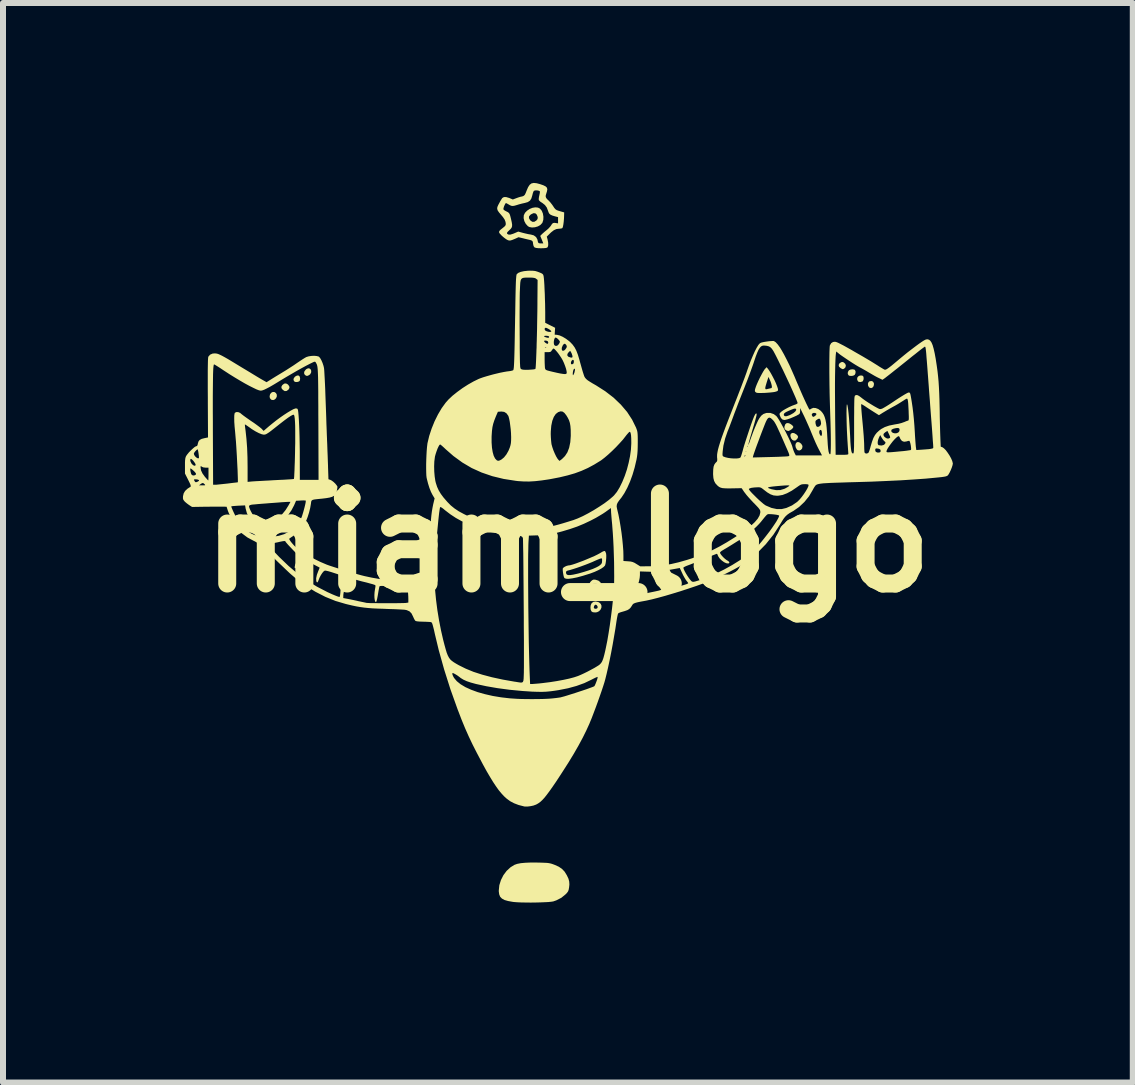
<source format=kicad_pcb>
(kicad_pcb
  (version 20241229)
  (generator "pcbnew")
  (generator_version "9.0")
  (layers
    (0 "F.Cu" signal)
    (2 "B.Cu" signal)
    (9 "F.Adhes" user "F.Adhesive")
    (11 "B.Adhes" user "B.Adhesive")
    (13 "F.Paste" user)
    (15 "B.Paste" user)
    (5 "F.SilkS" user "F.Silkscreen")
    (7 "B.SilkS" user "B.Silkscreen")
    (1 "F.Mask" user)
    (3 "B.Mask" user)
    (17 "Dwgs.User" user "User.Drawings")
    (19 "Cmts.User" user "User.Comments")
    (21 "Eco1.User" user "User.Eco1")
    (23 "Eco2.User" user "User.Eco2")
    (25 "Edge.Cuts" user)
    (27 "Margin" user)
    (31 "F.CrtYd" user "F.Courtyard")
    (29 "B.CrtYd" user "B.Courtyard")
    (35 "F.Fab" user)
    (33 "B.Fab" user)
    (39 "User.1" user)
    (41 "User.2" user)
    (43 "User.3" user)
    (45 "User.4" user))
  (footprint "miam_logo"
    (layer "F.Cu")
    (at 6.417 6)
    (property "Reference" "miam_logo" (at 0 0 0) (layer "F.SilkS") (effects (font (size 1.5 1.5) (thickness 0.3))))
    (attr board_only exclude_from_pos_files exclude_from_bom)
    (fp_poly (pts (xy 5.087 -2.688) (xy 5.102 -2.663) (xy 5.104 -2.646) (xy 5.098 -2.612) (xy 5.08 -2.589) (xy 5.057 -2.579) (xy 5.032 -2.586) (xy 5.019 -2.596) (xy 5.005 -2.624) (xy 5.003 -2.655) (xy 5.014 -2.68) (xy 5.028 -2.692) (xy 5.061 -2.698)) (stroke (width 0) (type solid)) (fill yes) (layer "F.SilkS"))
    (fp_poly (pts (xy -4.892 -2.514) (xy -4.867 -2.498) (xy -4.852 -2.47) (xy -4.852 -2.44) (xy -4.864 -2.412) (xy -4.884 -2.391) (xy -4.911 -2.38) (xy -4.939 -2.384) (xy -4.949 -2.39) (xy -4.967 -2.412) (xy -4.972 -2.441) (xy -4.965 -2.475) (xy -4.946 -2.501) (xy -4.92 -2.515)) (stroke (width 0) (type solid)) (fill yes) (layer "F.SilkS"))
    (fp_poly (pts (xy -4.488 -2.789) (xy -4.47 -2.771) (xy -4.463 -2.737) (xy -4.463 -2.734) (xy -4.469 -2.703) (xy -4.482 -2.69) (xy -4.513 -2.681) (xy -4.544 -2.682) (xy -4.562 -2.692) (xy -4.574 -2.716) (xy -4.569 -2.744) (xy -4.549 -2.77) (xy -4.548 -2.771) (xy -4.515 -2.789)) (stroke (width 0) (type solid)) (fill yes) (layer "F.SilkS"))
    (fp_poly (pts (xy -4.305 -2.906) (xy -4.287 -2.891) (xy -4.278 -2.867) (xy -4.28 -2.839) (xy -4.296 -2.81) (xy -4.303 -2.804) (xy -4.334 -2.785) (xy -4.363 -2.785) (xy -4.386 -2.802) (xy -4.398 -2.829) (xy -4.392 -2.858) (xy -4.369 -2.888) (xy -4.358 -2.897) (xy -4.33 -2.91)) (stroke (width 0) (type solid)) (fill yes) (layer "F.SilkS"))
    (fp_poly (pts (xy -4.668 -2.641) (xy -4.645 -2.612) (xy -4.641 -2.583) (xy -4.658 -2.554) (xy -4.66 -2.552) (xy -4.691 -2.531) (xy -4.721 -2.53) (xy -4.751 -2.549) (xy -4.753 -2.552) (xy -4.773 -2.577) (xy -4.776 -2.6) (xy -4.762 -2.627) (xy -4.757 -2.632) (xy -4.729 -2.654) (xy -4.698 -2.657)) (stroke (width 0) (type solid)) (fill yes) (layer "F.SilkS"))
    (fp_poly (pts (xy 3.773 -1.829) (xy 3.806 -1.81) (xy 3.81 -1.808) (xy 3.833 -1.784) (xy 3.839 -1.764) (xy 3.829 -1.741) (xy 3.82 -1.728) (xy 3.795 -1.706) (xy 3.768 -1.704) (xy 3.742 -1.717) (xy 3.724 -1.739) (xy 3.713 -1.769) (xy 3.711 -1.799) (xy 3.719 -1.819) (xy 3.742 -1.832)) (stroke (width 0) (type solid)) (fill yes) (layer "F.SilkS"))
    (fp_poly (pts (xy 3.866 -1.672) (xy 3.893 -1.649) (xy 3.91 -1.619) (xy 3.912 -1.602) (xy 3.905 -1.571) (xy 3.885 -1.549) (xy 3.86 -1.539) (xy 3.833 -1.544) (xy 3.819 -1.556) (xy 3.801 -1.587) (xy 3.794 -1.619) (xy 3.798 -1.65) (xy 3.812 -1.672) (xy 3.835 -1.681) (xy 3.836 -1.681)) (stroke (width 0) (type solid)) (fill yes) (layer "F.SilkS"))
    (fp_poly (pts (xy 4.587 -3.013) (xy 4.603 -3.005) (xy 4.626 -2.983) (xy 4.635 -2.955) (xy 4.629 -2.927) (xy 4.614 -2.91) (xy 4.596 -2.898) (xy 4.583 -2.895) (xy 4.567 -2.902) (xy 4.546 -2.914) (xy 4.521 -2.938) (xy 4.515 -2.965) (xy 4.527 -2.99) (xy 4.547 -3.005) (xy 4.569 -3.015)) (stroke (width 0) (type solid)) (fill yes) (layer "F.SilkS"))
    (fp_poly (pts (xy 4.915 -2.785) (xy 4.928 -2.771) (xy 4.932 -2.746) (xy 4.929 -2.719) (xy 4.919 -2.697) (xy 4.912 -2.69) (xy 4.879 -2.68) (xy 4.848 -2.685) (xy 4.843 -2.687) (xy 4.832 -2.702) (xy 4.824 -2.722) (xy 4.825 -2.752) (xy 4.842 -2.775) (xy 4.869 -2.789) (xy 4.903 -2.789)) (stroke (width 0) (type solid)) (fill yes) (layer "F.SilkS"))
    (fp_poly (pts (xy 4.778 -2.887) (xy 4.787 -2.881) (xy 4.797 -2.858) (xy 4.796 -2.828) (xy 4.784 -2.802) (xy 4.78 -2.798) (xy 4.756 -2.786) (xy 4.725 -2.782) (xy 4.695 -2.785) (xy 4.679 -2.794) (xy 4.667 -2.818) (xy 4.669 -2.847) (xy 4.683 -2.872) (xy 4.689 -2.878) (xy 4.717 -2.89) (xy 4.75 -2.893)) (stroke (width 0) (type solid)) (fill yes) (layer "F.SilkS"))
    (fp_poly (pts (xy 3.693 -1.991) (xy 3.721 -1.975) (xy 3.745 -1.956) (xy 3.758 -1.937) (xy 3.76 -1.931) (xy 3.751 -1.913) (xy 3.731 -1.893) (xy 3.705 -1.876) (xy 3.68 -1.865) (xy 3.672 -1.865) (xy 3.647 -1.872) (xy 3.626 -1.886) (xy 3.612 -1.907) (xy 3.611 -1.933) (xy 3.612 -1.939) (xy 3.624 -1.974) (xy 3.641 -1.992) (xy 3.667 -1.997) (xy 3.668 -1.997)) (stroke (width 0) (type solid)) (fill yes) (layer "F.SilkS"))
    (fp_poly (pts (xy 0.507 0.988) (xy 0.519 0.993) (xy 0.548 1.017) (xy 0.561 1.048) (xy 0.56 1.081) (xy 0.546 1.113) (xy 0.521 1.14) (xy 0.487 1.157) (xy 0.456 1.161) (xy 0.416 1.157) (xy 0.394 1.143) (xy 0.381 1.115) (xy 0.377 1.078) (xy 0.377 1.077) (xy 0.433 1.077) (xy 0.435 1.088) (xy 0.449 1.098) (xy 0.47 1.1) (xy 0.489 1.092) (xy 0.496 1.084) (xy 0.496 1.06) (xy 0.481 1.039) (xy 0.465 1.031) (xy 0.45 1.037) (xy 0.438 1.055) (xy 0.433 1.077) (xy 0.377 1.077) (xy 0.382 1.039) (xy 0.397 1.007) (xy 0.398 1.005) (xy 0.427 0.984) (xy 0.465 0.978)) (stroke (width 0) (type solid)) (fill yes) (layer "F.SilkS"))
    (fp_poly (pts (xy 0.459 0.615) (xy 0.46 0.615) (xy 0.509 0.63) (xy 0.542 0.656) (xy 0.558 0.691) (xy 0.555 0.736) (xy 0.555 0.738) (xy 0.537 0.77) (xy 0.506 0.793) (xy 0.466 0.804) (xy 0.422 0.802) (xy 0.385 0.789) (xy 0.358 0.765) (xy 0.348 0.732) (xy 0.353 0.695) (xy 0.412 0.695) (xy 0.413 0.718) (xy 0.428 0.735) (xy 0.452 0.742) (xy 0.479 0.738) (xy 0.493 0.73) (xy 0.506 0.716) (xy 0.503 0.699) (xy 0.5 0.695) (xy 0.482 0.678) (xy 0.456 0.671) (xy 0.431 0.675) (xy 0.414 0.69) (xy 0.412 0.695) (xy 0.353 0.695) (xy 0.353 0.694) (xy 0.374 0.655) (xy 0.388 0.639) (xy 0.411 0.62) (xy 0.431 0.613)) (stroke (width 0) (type solid)) (fill yes) (layer "F.SilkS"))
    (fp_poly (pts (xy -0.498 -5.589) (xy -0.466 -5.573) (xy -0.436 -5.538) (xy -0.416 -5.491) (xy -0.407 -5.437) (xy -0.409 -5.384) (xy -0.424 -5.337) (xy -0.428 -5.331) (xy -0.458 -5.299) (xy -0.5 -5.275) (xy -0.548 -5.261) (xy -0.597 -5.257) (xy -0.641 -5.265) (xy -0.666 -5.279) (xy -0.7 -5.316) (xy -0.725 -5.363) (xy -0.737 -5.413) (xy -0.648 -5.413) (xy -0.629 -5.38) (xy -0.621 -5.372) (xy -0.592 -5.352) (xy -0.559 -5.352) (xy -0.527 -5.372) (xy -0.523 -5.375) (xy -0.505 -5.398) (xy -0.502 -5.421) (xy -0.503 -5.434) (xy -0.518 -5.472) (xy -0.541 -5.493) (xy -0.572 -5.496) (xy -0.609 -5.479) (xy -0.626 -5.467) (xy -0.647 -5.442) (xy -0.648 -5.413) (xy -0.737 -5.413) (xy -0.737 -5.414) (xy -0.734 -5.46) (xy -0.734 -5.461) (xy -0.714 -5.502) (xy -0.68 -5.537) (xy -0.637 -5.566) (xy -0.59 -5.585) (xy -0.542 -5.593)) (stroke (width 0) (type solid)) (fill yes) (layer "F.SilkS"))
    (fp_poly (pts (xy -0.499 5.331) (xy -0.489 5.331) (xy -0.424 5.333) (xy -0.375 5.335) (xy -0.338 5.337) (xy -0.307 5.342) (xy -0.28 5.348) (xy -0.252 5.357) (xy -0.22 5.369) (xy -0.151 5.4) (xy -0.098 5.436) (xy -0.054 5.482) (xy -0.017 5.542) (xy -0.014 5.548) (xy 0.011 5.601) (xy 0.023 5.648) (xy 0.026 5.697) (xy 0.021 5.745) (xy 0.014 5.784) (xy 0.004 5.811) (xy -0.014 5.836) (xy -0.036 5.859) (xy -0.108 5.918) (xy -0.192 5.961) (xy -0.244 5.979) (xy -0.277 5.984) (xy -0.326 5.989) (xy -0.389 5.992) (xy -0.461 5.995) (xy -0.539 5.997) (xy -0.62 5.998) (xy -0.699 5.997) (xy -0.774 5.996) (xy -0.84 5.993) (xy -0.894 5.989) (xy -0.919 5.986) (xy -0.996 5.972) (xy -1.056 5.955) (xy -1.099 5.931) (xy -1.128 5.901) (xy -1.144 5.862) (xy -1.151 5.812) (xy -1.151 5.796) (xy -1.142 5.708) (xy -1.115 5.622) (xy -1.074 5.541) (xy -1.02 5.469) (xy -0.955 5.409) (xy -0.89 5.369) (xy -0.845 5.353) (xy -0.784 5.341) (xy -0.707 5.334) (xy -0.612 5.33)) (stroke (width 0) (type solid)) (fill yes) (layer "F.SilkS"))
    (fp_poly (pts (xy 3.339 -2.898) (xy 3.362 -2.865) (xy 3.389 -2.82) (xy 3.417 -2.768) (xy 3.445 -2.714) (xy 3.469 -2.661) (xy 3.488 -2.613) (xy 3.501 -2.574) (xy 3.505 -2.552) (xy 3.502 -2.538) (xy 3.49 -2.528) (xy 3.465 -2.52) (xy 3.451 -2.516) (xy 3.419 -2.511) (xy 3.373 -2.506) (xy 3.32 -2.502) (xy 3.276 -2.499) (xy 3.221 -2.498) (xy 3.182 -2.498) (xy 3.156 -2.5) (xy 3.14 -2.505) (xy 3.133 -2.51) (xy 3.122 -2.521) (xy 3.118 -2.534) (xy 3.121 -2.557) (xy 3.125 -2.572) (xy 3.292 -2.572) (xy 3.297 -2.562) (xy 3.31 -2.56) (xy 3.318 -2.562) (xy 3.348 -2.569) (xy 3.375 -2.575) (xy 3.394 -2.58) (xy 3.402 -2.591) (xy 3.401 -2.614) (xy 3.4 -2.619) (xy 3.393 -2.65) (xy 3.38 -2.689) (xy 3.37 -2.712) (xy 3.345 -2.766) (xy 3.318 -2.682) (xy 3.302 -2.629) (xy 3.293 -2.594) (xy 3.292 -2.572) (xy 3.125 -2.572) (xy 3.126 -2.574) (xy 3.137 -2.608) (xy 3.155 -2.652) (xy 3.178 -2.703) (xy 3.204 -2.757) (xy 3.231 -2.808) (xy 3.256 -2.853) (xy 3.276 -2.885) (xy 3.286 -2.898) (xy 3.314 -2.928)) (stroke (width 0) (type solid)) (fill yes) (layer "F.SilkS"))
    (fp_poly (pts (xy 0.616 0.136) (xy 0.627 0.149) (xy 0.636 0.174) (xy 0.638 0.179) (xy 0.641 0.213) (xy 0.64 0.256) (xy 0.636 0.302) (xy 0.63 0.343) (xy 0.622 0.373) (xy 0.617 0.382) (xy 0.595 0.404) (xy 0.557 0.43) (xy 0.506 0.457) (xy 0.447 0.484) (xy 0.384 0.508) (xy 0.364 0.515) (xy 0.251 0.55) (xy 0.155 0.576) (xy 0.076 0.592) (xy 0.015 0.6) (xy -0.029 0.599) (xy -0.055 0.589) (xy -0.06 0.582) (xy -0.069 0.559) (xy -0.076 0.524) (xy -0.081 0.492) (xy -0.031 0.492) (xy -0.027 0.515) (xy -0.016 0.53) (xy 0.006 0.538) (xy 0.039 0.538) (xy 0.087 0.531) (xy 0.151 0.517) (xy 0.18 0.51) (xy 0.265 0.486) (xy 0.344 0.461) (xy 0.415 0.436) (xy 0.474 0.41) (xy 0.517 0.387) (xy 0.533 0.375) (xy 0.557 0.354) (xy 0.568 0.333) (xy 0.571 0.304) (xy 0.571 0.299) (xy 0.571 0.28) (xy 0.57 0.267) (xy 0.565 0.26) (xy 0.553 0.26) (xy 0.533 0.266) (xy 0.501 0.279) (xy 0.454 0.299) (xy 0.408 0.32) (xy 0.352 0.343) (xy 0.288 0.368) (xy 0.22 0.393) (xy 0.152 0.417) (xy 0.09 0.437) (xy 0.037 0.453) (xy -0.002 0.463) (xy -0.003 0.463) (xy -0.024 0.473) (xy -0.031 0.492) (xy -0.031 0.492) (xy -0.081 0.492) (xy -0.082 0.485) (xy -0.085 0.451) (xy -0.084 0.428) (xy -0.084 0.427) (xy -0.072 0.413) (xy -0.048 0.397) (xy -0.018 0.384) (xy 0.01 0.377) (xy 0.016 0.377) (xy 0.041 0.373) (xy 0.081 0.362) (xy 0.133 0.345) (xy 0.192 0.323) (xy 0.257 0.299) (xy 0.322 0.272) (xy 0.386 0.245) (xy 0.444 0.22) (xy 0.493 0.196) (xy 0.53 0.176) (xy 0.537 0.172) (xy 0.57 0.152) (xy 0.598 0.139) (xy 0.615 0.136)) (stroke (width 0) (type solid)) (fill yes) (layer "F.SilkS"))
    (fp_poly (pts (xy -0.519 -5.995) (xy -0.463 -5.98) (xy -0.408 -5.961) (xy -0.37 -5.942) (xy -0.349 -5.921) (xy -0.342 -5.894) (xy -0.348 -5.859) (xy -0.357 -5.83) (xy -0.368 -5.795) (xy -0.369 -5.77) (xy -0.36 -5.748) (xy -0.338 -5.722) (xy -0.32 -5.706) (xy -0.292 -5.676) (xy -0.263 -5.639) (xy -0.249 -5.619) (xy -0.226 -5.584) (xy -0.206 -5.561) (xy -0.183 -5.546) (xy -0.152 -5.535) (xy -0.125 -5.527) (xy -0.061 -5.509) (xy -0.062 -5.462) (xy -0.064 -5.409) (xy -0.068 -5.358) (xy -0.074 -5.311) (xy -0.081 -5.274) (xy -0.089 -5.251) (xy -0.093 -5.246) (xy -0.112 -5.24) (xy -0.141 -5.237) (xy -0.146 -5.237) (xy -0.191 -5.231) (xy -0.233 -5.212) (xy -0.278 -5.177) (xy -0.301 -5.155) (xy -0.351 -5.105) (xy -0.338 -5.058) (xy -0.328 -5.005) (xy -0.327 -4.962) (xy -0.335 -4.932) (xy -0.346 -4.921) (xy -0.369 -4.915) (xy -0.404 -4.912) (xy -0.447 -4.911) (xy -0.49 -4.912) (xy -0.526 -4.916) (xy -0.551 -4.923) (xy -0.555 -4.925) (xy -0.571 -4.947) (xy -0.58 -4.986) (xy -0.58 -4.988) (xy -0.582 -5.008) (xy -0.586 -5.022) (xy -0.593 -5.033) (xy -0.608 -5.042) (xy -0.633 -5.05) (xy -0.672 -5.059) (xy -0.727 -5.072) (xy -0.729 -5.073) (xy -0.822 -5.095) (xy -0.877 -5.07) (xy -0.923 -5.051) (xy -0.955 -5.041) (xy -0.98 -5.04) (xy -1.002 -5.047) (xy -1.027 -5.061) (xy -1.03 -5.063) (xy -1.065 -5.089) (xy -1.101 -5.12) (xy -1.115 -5.135) (xy -1.138 -5.16) (xy -1.147 -5.179) (xy -1.142 -5.198) (xy -1.123 -5.219) (xy -1.089 -5.246) (xy -1.057 -5.272) (xy -1.04 -5.292) (xy -1.034 -5.313) (xy -1.037 -5.339) (xy -1.04 -5.354) (xy -1.054 -5.39) (xy -1.081 -5.43) (xy -1.112 -5.467) (xy -1.147 -5.508) (xy -1.169 -5.54) (xy -1.176 -5.562) (xy -1.075 -5.562) (xy -1.074 -5.56) (xy -1.062 -5.547) (xy -1.038 -5.532) (xy -1.028 -5.527) (xy -1.002 -5.514) (xy -0.983 -5.5) (xy -0.97 -5.48) (xy -0.96 -5.45) (xy -0.949 -5.406) (xy -0.947 -5.398) (xy -0.935 -5.344) (xy -0.929 -5.305) (xy -0.93 -5.277) (xy -0.937 -5.255) (xy -0.952 -5.234) (xy -0.975 -5.212) (xy -1.001 -5.187) (xy -1.013 -5.171) (xy -1.014 -5.16) (xy -1.009 -5.15) (xy -0.988 -5.139) (xy -0.956 -5.139) (xy -0.911 -5.153) (xy -0.88 -5.166) (xy -0.827 -5.189) (xy -0.747 -5.167) (xy -0.702 -5.156) (xy -0.657 -5.146) (xy -0.621 -5.14) (xy -0.619 -5.14) (xy -0.568 -5.126) (xy -0.53 -5.098) (xy -0.508 -5.059) (xy -0.505 -5.046) (xy -0.498 -5.015) (xy -0.489 -4.999) (xy -0.473 -4.993) (xy -0.448 -4.992) (xy -0.409 -4.992) (xy -0.434 -5.055) (xy -0.46 -5.117) (xy -0.436 -5.142) (xy -0.416 -5.161) (xy -0.386 -5.187) (xy -0.36 -5.208) (xy -0.327 -5.236) (xy -0.299 -5.266) (xy -0.283 -5.286) (xy -0.264 -5.316) (xy -0.247 -5.331) (xy -0.226 -5.335) (xy -0.201 -5.332) (xy -0.163 -5.326) (xy -0.163 -5.378) (xy -0.163 -5.43) (xy -0.206 -5.441) (xy -0.254 -5.455) (xy -0.286 -5.469) (xy -0.307 -5.485) (xy -0.32 -5.507) (xy -0.33 -5.535) (xy -0.351 -5.59) (xy -0.381 -5.631) (xy -0.423 -5.665) (xy -0.433 -5.671) (xy -0.46 -5.689) (xy -0.479 -5.708) (xy -0.484 -5.716) (xy -0.485 -5.736) (xy -0.481 -5.767) (xy -0.475 -5.794) (xy -0.468 -5.827) (xy -0.465 -5.851) (xy -0.467 -5.861) (xy -0.487 -5.871) (xy -0.516 -5.876) (xy -0.545 -5.875) (xy -0.565 -5.869) (xy -0.575 -5.853) (xy -0.585 -5.823) (xy -0.592 -5.794) (xy -0.608 -5.741) (xy -0.631 -5.705) (xy -0.667 -5.681) (xy -0.718 -5.666) (xy -0.719 -5.666) (xy -0.764 -5.656) (xy -0.814 -5.643) (xy -0.842 -5.634) (xy -0.886 -5.621) (xy -0.916 -5.616) (xy -0.94 -5.618) (xy -0.964 -5.628) (xy -0.983 -5.639) (xy -1.009 -5.654) (xy -1.027 -5.663) (xy -1.031 -5.665) (xy -1.041 -5.656) (xy -1.052 -5.635) (xy -1.064 -5.608) (xy -1.072 -5.581) (xy -1.075 -5.562) (xy -1.176 -5.562) (xy -1.178 -5.568) (xy -1.175 -5.598) (xy -1.16 -5.633) (xy -1.146 -5.659) (xy -1.126 -5.696) (xy -1.107 -5.727) (xy -1.094 -5.747) (xy -1.092 -5.749) (xy -1.066 -5.764) (xy -1.027 -5.764) (xy -0.976 -5.749) (xy -0.967 -5.745) (xy -0.917 -5.724) (xy -0.864 -5.744) (xy -0.826 -5.758) (xy -0.79 -5.769) (xy -0.774 -5.772) (xy -0.748 -5.779) (xy -0.73 -5.789) (xy -0.715 -5.806) (xy -0.701 -5.836) (xy -0.687 -5.872) (xy -0.662 -5.93) (xy -0.636 -5.969) (xy -0.606 -5.992) (xy -0.568 -6)) (stroke (width 0) (type solid)) (fill yes) (layer "F.SilkS"))
    (fp_poly (pts (xy -0.583 -4.536) (xy -0.545 -4.532) (xy -0.51 -4.522) (xy -0.478 -4.51) (xy -0.442 -4.495) (xy -0.421 -4.482) (xy -0.411 -4.469) (xy -0.405 -4.451) (xy -0.403 -4.439) (xy -0.399 -4.407) (xy -0.395 -4.359) (xy -0.391 -4.297) (xy -0.388 -4.225) (xy -0.384 -4.147) (xy -0.382 -4.065) (xy -0.379 -3.984) (xy -0.378 -3.906) (xy -0.377 -3.844) (xy -0.377 -3.668) (xy -0.295 -3.627) (xy -0.212 -3.585) (xy -0.216 -3.528) (xy -0.219 -3.47) (xy -0.182 -3.468) (xy -0.138 -3.458) (xy -0.086 -3.435) (xy -0.031 -3.402) (xy 0.022 -3.362) (xy 0.04 -3.346) (xy 0.08 -3.304) (xy 0.114 -3.257) (xy 0.142 -3.203) (xy 0.168 -3.135) (xy 0.193 -3.052) (xy 0.193 -3.051) (xy 0.209 -2.993) (xy 0.227 -2.929) (xy 0.244 -2.869) (xy 0.252 -2.843) (xy 0.264 -2.806) (xy 0.274 -2.776) (xy 0.287 -2.753) (xy 0.305 -2.732) (xy 0.329 -2.711) (xy 0.364 -2.688) (xy 0.411 -2.659) (xy 0.469 -2.626) (xy 0.624 -2.527) (xy 0.763 -2.42) (xy 0.884 -2.304) (xy 0.988 -2.182) (xy 1.072 -2.053) (xy 1.137 -1.921) (xy 1.147 -1.894) (xy 1.155 -1.871) (xy 1.16 -1.847) (xy 1.163 -1.819) (xy 1.165 -1.783) (xy 1.166 -1.734) (xy 1.166 -1.671) (xy 1.165 -1.595) (xy 1.163 -1.534) (xy 1.159 -1.482) (xy 1.153 -1.433) (xy 1.144 -1.381) (xy 1.142 -1.375) (xy 1.114 -1.255) (xy 1.079 -1.136) (xy 1.038 -1.023) (xy 0.992 -0.919) (xy 0.943 -0.828) (xy 0.893 -0.753) (xy 0.886 -0.745) (xy 0.851 -0.7) (xy 0.828 -0.665) (xy 0.817 -0.636) (xy 0.814 -0.606) (xy 0.82 -0.571) (xy 0.826 -0.545) (xy 0.844 -0.469) (xy 0.862 -0.377) (xy 0.879 -0.275) (xy 0.895 -0.168) (xy 0.908 -0.06) (xy 0.918 0.043) (xy 0.925 0.135) (xy 0.927 0.214) (xy 0.927 0.214) (xy 0.927 0.303) (xy 1.003 0.308) (xy 1.048 0.312) (xy 1.081 0.32) (xy 1.113 0.334) (xy 1.144 0.353) (xy 1.207 0.392) (xy 1.365 0.391) (xy 1.483 0.387) (xy 1.6 0.375) (xy 1.721 0.354) (xy 1.85 0.324) (xy 1.99 0.284) (xy 2.074 0.257) (xy 2.193 0.215) (xy 2.306 0.169) (xy 2.417 0.119) (xy 2.529 0.061) (xy 2.646 -0.006) (xy 2.772 -0.084) (xy 2.858 -0.14) (xy 2.963 -0.213) (xy 3.049 -0.281) (xy 3.116 -0.344) (xy 3.165 -0.401) (xy 3.196 -0.455) (xy 3.209 -0.504) (xy 3.209 -0.516) (xy 3.208 -0.531) (xy 3.203 -0.547) (xy 3.192 -0.564) (xy 3.174 -0.587) (xy 3.145 -0.618) (xy 3.104 -0.661) (xy 3.098 -0.666) (xy 3.055 -0.712) (xy 3.013 -0.758) (xy 2.976 -0.801) (xy 2.949 -0.837) (xy 2.942 -0.845) (xy 2.908 -0.896) (xy 3.018 -0.896) (xy 3.024 -0.883) (xy 3.043 -0.859) (xy 3.071 -0.828) (xy 3.107 -0.792) (xy 3.146 -0.753) (xy 3.187 -0.714) (xy 3.227 -0.679) (xy 3.262 -0.649) (xy 3.291 -0.628) (xy 3.303 -0.621) (xy 3.395 -0.582) (xy 3.483 -0.563) (xy 3.567 -0.563) (xy 3.643 -0.581) (xy 3.737 -0.623) (xy 3.819 -0.679) (xy 3.832 -0.69) (xy 3.865 -0.723) (xy 3.9 -0.765) (xy 3.934 -0.811) (xy 3.965 -0.858) (xy 3.991 -0.902) (xy 4.008 -0.938) (xy 4.014 -0.962) (xy 4.01 -0.971) (xy 3.994 -0.976) (xy 3.964 -0.978) (xy 3.952 -0.978) (xy 3.919 -0.977) (xy 3.895 -0.973) (xy 3.872 -0.963) (xy 3.843 -0.944) (xy 3.822 -0.929) (xy 3.734 -0.869) (xy 3.654 -0.826) (xy 3.581 -0.798) (xy 3.512 -0.786) (xy 3.485 -0.785) (xy 3.431 -0.79) (xy 3.38 -0.808) (xy 3.326 -0.84) (xy 3.279 -0.876) (xy 3.246 -0.902) (xy 3.222 -0.918) (xy 3.215 -0.92) (xy 3.337 -0.92) (xy 3.343 -0.913) (xy 3.362 -0.905) (xy 3.394 -0.894) (xy 3.398 -0.893) (xy 3.474 -0.878) (xy 3.543 -0.88) (xy 3.61 -0.9) (xy 3.628 -0.909) (xy 3.66 -0.927) (xy 3.684 -0.943) (xy 3.695 -0.953) (xy 3.695 -0.953) (xy 3.687 -0.957) (xy 3.66 -0.958) (xy 3.614 -0.956) (xy 3.548 -0.951) (xy 3.47 -0.944) (xy 3.411 -0.938) (xy 3.37 -0.932) (xy 3.346 -0.926) (xy 3.337 -0.92) (xy 3.215 -0.92) (xy 3.201 -0.925) (xy 3.176 -0.926) (xy 3.17 -0.926) (xy 3.11 -0.923) (xy 3.063 -0.917) (xy 3.032 -0.908) (xy 3.018 -0.897) (xy 3.018 -0.896) (xy 2.908 -0.896) (xy 2.897 -0.911) (xy 2.74 -0.908) (xy 2.671 -0.907) (xy 2.618 -0.909) (xy 2.578 -0.912) (xy 2.548 -0.92) (xy 2.524 -0.931) (xy 2.503 -0.947) (xy 2.493 -0.956) (xy 2.46 -0.992) (xy 2.439 -1.032) (xy 2.427 -1.079) (xy 2.422 -1.139) (xy 2.422 -1.161) (xy 2.424 -1.223) (xy 2.43 -1.269) (xy 2.442 -1.303) (xy 2.46 -1.33) (xy 2.471 -1.341) (xy 2.486 -1.357) (xy 2.491 -1.375) (xy 2.491 -1.403) (xy 2.489 -1.414) (xy 2.488 -1.442) (xy 2.489 -1.474) (xy 2.491 -1.487) (xy 2.579 -1.487) (xy 2.579 -1.463) (xy 2.583 -1.449) (xy 2.591 -1.44) (xy 2.596 -1.438) (xy 2.628 -1.426) (xy 2.671 -1.416) (xy 2.72 -1.409) (xy 2.77 -1.406) (xy 2.815 -1.406) (xy 2.852 -1.411) (xy 2.874 -1.419) (xy 2.876 -1.42) (xy 2.877 -1.423) (xy 3.084 -1.423) (xy 3.363 -1.43) (xy 3.438 -1.432) (xy 3.507 -1.434) (xy 3.568 -1.437) (xy 3.618 -1.439) (xy 3.653 -1.441) (xy 3.671 -1.443) (xy 3.671 -1.443) (xy 3.681 -1.445) (xy 3.688 -1.448) (xy 3.692 -1.454) (xy 3.692 -1.465) (xy 3.687 -1.483) (xy 3.676 -1.512) (xy 3.659 -1.552) (xy 3.635 -1.606) (xy 3.605 -1.675) (xy 3.566 -1.764) (xy 3.534 -1.836) (xy 3.507 -1.894) (xy 3.486 -1.94) (xy 3.468 -1.975) (xy 3.453 -2.001) (xy 3.44 -2.022) (xy 3.427 -2.038) (xy 3.416 -2.05) (xy 3.385 -2.078) (xy 3.361 -2.088) (xy 3.341 -2.081) (xy 3.321 -2.056) (xy 3.303 -2.02) (xy 3.291 -1.992) (xy 3.274 -1.949) (xy 3.253 -1.895) (xy 3.229 -1.833) (xy 3.204 -1.767) (xy 3.179 -1.699) (xy 3.154 -1.633) (xy 3.132 -1.573) (xy 3.114 -1.521) (xy 3.1 -1.481) (xy 3.092 -1.455) (xy 3.091 -1.453) (xy 3.084 -1.423) (xy 2.877 -1.423) (xy 2.884 -1.436) (xy 2.888 -1.446) (xy 2.944 -1.446) (xy 2.948 -1.437) (xy 2.955 -1.445) (xy 2.959 -1.452) (xy 2.959 -1.463) (xy 2.955 -1.462) (xy 2.945 -1.449) (xy 2.944 -1.446) (xy 2.888 -1.446) (xy 2.895 -1.466) (xy 2.907 -1.506) (xy 2.912 -1.523) (xy 2.965 -1.523) (xy 2.97 -1.518) (xy 2.975 -1.523) (xy 2.97 -1.528) (xy 2.965 -1.523) (xy 2.912 -1.523) (xy 2.914 -1.53) (xy 2.925 -1.571) (xy 2.936 -1.61) (xy 2.995 -1.61) (xy 2.999 -1.601) (xy 3.002 -1.603) (xy 3.003 -1.615) (xy 3.002 -1.617) (xy 2.996 -1.615) (xy 2.995 -1.61) (xy 2.936 -1.61) (xy 2.941 -1.626) (xy 2.961 -1.69) (xy 2.984 -1.76) (xy 3.008 -1.833) (xy 3.032 -1.905) (xy 3.055 -1.972) (xy 3.076 -2.031) (xy 3.094 -2.078) (xy 3.107 -2.11) (xy 3.108 -2.112) (xy 3.125 -2.144) (xy 3.138 -2.158) (xy 3.146 -2.154) (xy 3.148 -2.137) (xy 3.145 -2.121) (xy 3.137 -2.089) (xy 3.125 -2.043) (xy 3.109 -1.986) (xy 3.09 -1.922) (xy 3.076 -1.876) (xy 3.057 -1.81) (xy 3.039 -1.75) (xy 3.025 -1.7) (xy 3.015 -1.663) (xy 3.01 -1.639) (xy 3.009 -1.633) (xy 3.014 -1.64) (xy 3.023 -1.663) (xy 3.036 -1.696) (xy 3.041 -1.714) (xy 3.065 -1.78) (xy 3.091 -1.851) (xy 3.119 -1.92) (xy 3.146 -1.983) (xy 3.17 -2.036) (xy 3.191 -2.074) (xy 3.224 -2.119) (xy 3.261 -2.148) (xy 3.307 -2.164) (xy 3.318 -2.166) (xy 3.377 -2.165) (xy 3.433 -2.146) (xy 3.476 -2.114) (xy 3.493 -2.092) (xy 3.518 -2.054) (xy 3.547 -2.005) (xy 3.579 -1.947) (xy 3.613 -1.885) (xy 3.646 -1.82) (xy 3.677 -1.757) (xy 3.704 -1.7) (xy 3.726 -1.65) (xy 3.74 -1.613) (xy 3.743 -1.602) (xy 3.755 -1.56) (xy 3.77 -1.52) (xy 3.78 -1.498) (xy 3.801 -1.457) (xy 4.019 -1.457) (xy 4.238 -1.457) (xy 4.183 -1.561) (xy 4.159 -1.609) (xy 4.131 -1.669) (xy 4.102 -1.736) (xy 4.075 -1.801) (xy 4.065 -1.825) (xy 4.051 -1.859) (xy 4.192 -1.859) (xy 4.192 -1.832) (xy 4.198 -1.813) (xy 4.212 -1.788) (xy 4.225 -1.782) (xy 4.234 -1.794) (xy 4.237 -1.824) (xy 4.236 -1.831) (xy 4.232 -1.864) (xy 4.223 -1.88) (xy 4.216 -1.883) (xy 4.2 -1.878) (xy 4.192 -1.859) (xy 4.051 -1.859) (xy 4.038 -1.892) (xy 4.006 -1.965) (xy 3.98 -2.023) (xy 4.128 -2.023) (xy 4.129 -1.998) (xy 4.129 -1.995) (xy 4.136 -1.966) (xy 4.144 -1.944) (xy 4.146 -1.942) (xy 4.165 -1.932) (xy 4.189 -1.938) (xy 4.211 -1.957) (xy 4.213 -1.96) (xy 4.222 -1.984) (xy 4.219 -2.017) (xy 4.218 -2.021) (xy 4.209 -2.054) (xy 4.197 -2.069) (xy 4.18 -2.068) (xy 4.158 -2.056) (xy 4.136 -2.04) (xy 4.128 -2.023) (xy 3.98 -2.023) (xy 3.974 -2.037) (xy 3.945 -2.1) (xy 3.938 -2.115) (xy 3.928 -2.135) (xy 4.066 -2.135) (xy 4.075 -2.114) (xy 4.077 -2.111) (xy 4.088 -2.101) (xy 4.098 -2.101) (xy 4.114 -2.11) (xy 4.122 -2.115) (xy 4.142 -2.135) (xy 4.144 -2.152) (xy 4.127 -2.164) (xy 4.121 -2.166) (xy 4.093 -2.166) (xy 4.074 -2.154) (xy 4.066 -2.135) (xy 3.928 -2.135) (xy 3.873 -2.247) (xy 3.873 -2.198) (xy 3.871 -2.171) (xy 3.865 -2.154) (xy 3.851 -2.141) (xy 3.823 -2.126) (xy 3.819 -2.123) (xy 3.766 -2.099) (xy 3.714 -2.077) (xy 3.666 -2.06) (xy 3.627 -2.05) (xy 3.608 -2.048) (xy 3.578 -2.056) (xy 3.554 -2.08) (xy 3.536 -2.119) (xy 3.53 -2.142) (xy 3.53 -2.145) (xy 3.601 -2.145) (xy 3.602 -2.126) (xy 3.603 -2.124) (xy 3.618 -2.111) (xy 3.647 -2.111) (xy 3.689 -2.125) (xy 3.714 -2.136) (xy 3.761 -2.163) (xy 3.792 -2.189) (xy 3.807 -2.213) (xy 3.807 -2.227) (xy 3.799 -2.236) (xy 3.785 -2.238) (xy 3.761 -2.233) (xy 3.725 -2.219) (xy 3.678 -2.199) (xy 3.636 -2.179) (xy 3.611 -2.161) (xy 3.601 -2.145) (xy 3.53 -2.145) (xy 3.532 -2.158) (xy 3.546 -2.174) (xy 3.559 -2.186) (xy 3.591 -2.209) (xy 3.636 -2.235) (xy 3.687 -2.262) (xy 3.738 -2.285) (xy 3.783 -2.302) (xy 3.788 -2.303) (xy 3.814 -2.314) (xy 3.829 -2.325) (xy 3.831 -2.329) (xy 3.827 -2.346) (xy 3.814 -2.379) (xy 3.795 -2.426) (xy 3.769 -2.485) (xy 3.739 -2.553) (xy 3.705 -2.629) (xy 3.667 -2.71) (xy 3.628 -2.793) (xy 3.588 -2.878) (xy 3.547 -2.961) (xy 3.508 -3.041) (xy 3.471 -3.115) (xy 3.455 -3.146) (xy 3.427 -3.198) (xy 3.402 -3.235) (xy 3.379 -3.259) (xy 3.353 -3.275) (xy 3.32 -3.284) (xy 3.296 -3.287) (xy 3.267 -3.289) (xy 3.242 -3.285) (xy 3.22 -3.273) (xy 3.2 -3.251) (xy 3.179 -3.218) (xy 3.158 -3.171) (xy 3.134 -3.109) (xy 3.107 -3.029) (xy 3.098 -3.001) (xy 3.079 -2.946) (xy 3.054 -2.877) (xy 3.025 -2.798) (xy 2.994 -2.715) (xy 2.961 -2.631) (xy 2.934 -2.562) (xy 2.902 -2.481) (xy 2.868 -2.395) (xy 2.835 -2.31) (xy 2.805 -2.23) (xy 2.778 -2.16) (xy 2.761 -2.114) (xy 2.738 -2.051) (xy 2.714 -1.987) (xy 2.692 -1.928) (xy 2.673 -1.88) (xy 2.663 -1.856) (xy 2.623 -1.74) (xy 2.594 -1.621) (xy 2.582 -1.527) (xy 2.579 -1.487) (xy 2.491 -1.487) (xy 2.495 -1.512) (xy 2.504 -1.556) (xy 2.518 -1.608) (xy 2.537 -1.669) (xy 2.561 -1.742) (xy 2.591 -1.826) (xy 2.627 -1.924) (xy 2.67 -2.036) (xy 2.72 -2.164) (xy 2.777 -2.31) (xy 2.784 -2.328) (xy 2.82 -2.419) (xy 2.855 -2.51) (xy 2.889 -2.597) (xy 2.919 -2.677) (xy 2.946 -2.748) (xy 2.967 -2.806) (xy 2.983 -2.85) (xy 2.985 -2.858) (xy 3.019 -2.954) (xy 3.053 -3.044) (xy 3.087 -3.125) (xy 3.119 -3.196) (xy 3.15 -3.255) (xy 3.177 -3.299) (xy 3.201 -3.326) (xy 3.209 -3.331) (xy 3.232 -3.34) (xy 3.268 -3.348) (xy 3.312 -3.355) (xy 3.356 -3.361) (xy 3.396 -3.364) (xy 3.426 -3.365) (xy 3.437 -3.363) (xy 3.466 -3.344) (xy 3.5 -3.307) (xy 3.537 -3.256) (xy 3.564 -3.212) (xy 3.604 -3.141) (xy 3.648 -3.056) (xy 3.693 -2.965) (xy 3.735 -2.872) (xy 3.773 -2.786) (xy 3.78 -2.77) (xy 3.815 -2.686) (xy 3.851 -2.603) (xy 3.885 -2.523) (xy 3.918 -2.448) (xy 3.949 -2.38) (xy 3.976 -2.322) (xy 3.999 -2.275) (xy 4.016 -2.241) (xy 4.026 -2.224) (xy 4.029 -2.221) (xy 4.045 -2.227) (xy 4.06 -2.237) (xy 4.092 -2.25) (xy 4.132 -2.247) (xy 4.175 -2.231) (xy 4.215 -2.202) (xy 4.223 -2.194) (xy 4.247 -2.166) (xy 4.267 -2.134) (xy 4.283 -2.095) (xy 4.296 -2.049) (xy 4.307 -1.992) (xy 4.315 -1.921) (xy 4.322 -1.836) (xy 4.328 -1.732) (xy 4.329 -1.72) (xy 4.334 -1.635) (xy 4.34 -1.569) (xy 4.347 -1.522) (xy 4.356 -1.492) (xy 4.366 -1.478) (xy 4.376 -1.478) (xy 4.38 -1.489) (xy 4.382 -1.52) (xy 4.384 -1.568) (xy 4.385 -1.632) (xy 4.385 -1.71) (xy 4.384 -1.801) (xy 4.382 -1.903) (xy 4.379 -2.015) (xy 4.375 -2.135) (xy 4.372 -2.231) (xy 4.369 -2.328) (xy 4.366 -2.43) (xy 4.364 -2.518) (xy 4.454 -2.518) (xy 4.455 -2.371) (xy 4.456 -2.212) (xy 4.457 -2.074) (xy 4.465 -1.467) (xy 4.571 -1.467) (xy 4.622 -1.468) (xy 4.655 -1.47) (xy 4.672 -1.475) (xy 4.676 -1.48) (xy 4.676 -1.493) (xy 4.674 -1.524) (xy 4.671 -1.569) (xy 4.667 -1.625) (xy 4.663 -1.688) (xy 4.661 -1.717) (xy 4.657 -1.791) (xy 4.653 -1.869) (xy 4.65 -1.948) (xy 4.648 -2.025) (xy 4.647 -2.098) (xy 4.646 -2.164) (xy 4.647 -2.22) (xy 4.648 -2.265) (xy 4.65 -2.295) (xy 4.653 -2.308) (xy 4.655 -2.309) (xy 4.661 -2.295) (xy 4.667 -2.263) (xy 4.674 -2.215) (xy 4.681 -2.152) (xy 4.688 -2.076) (xy 4.694 -1.99) (xy 4.7 -1.896) (xy 4.706 -1.794) (xy 4.707 -1.769) (xy 4.711 -1.683) (xy 4.716 -1.615) (xy 4.721 -1.564) (xy 4.727 -1.528) (xy 4.734 -1.505) (xy 4.743 -1.493) (xy 4.754 -1.489) (xy 4.757 -1.49) (xy 4.761 -1.492) (xy 4.764 -1.499) (xy 4.767 -1.512) (xy 4.769 -1.532) (xy 4.77 -1.562) (xy 4.772 -1.604) (xy 4.772 -1.657) (xy 4.773 -1.726) (xy 4.773 -1.81) (xy 4.773 -1.913) (xy 4.773 -1.969) (xy 4.773 -2.082) (xy 4.774 -2.176) (xy 4.774 -2.252) (xy 4.775 -2.298) (xy 4.891 -2.298) (xy 4.891 -2.277) (xy 4.893 -2.245) (xy 4.896 -2.2) (xy 4.901 -2.14) (xy 4.908 -2.064) (xy 4.917 -1.97) (xy 4.921 -1.926) (xy 4.927 -1.854) (xy 4.933 -1.782) (xy 4.937 -1.716) (xy 4.94 -1.659) (xy 4.941 -1.618) (xy 4.941 -1.613) (xy 4.942 -1.57) (xy 4.944 -1.533) (xy 4.946 -1.509) (xy 4.948 -1.504) (xy 4.962 -1.491) (xy 4.984 -1.488) (xy 5.006 -1.497) (xy 5.012 -1.502) (xy 5.02 -1.518) (xy 5.029 -1.543) (xy 5.125 -1.543) (xy 5.133 -1.519) (xy 5.157 -1.506) (xy 5.191 -1.505) (xy 5.193 -1.506) (xy 5.211 -1.514) (xy 5.213 -1.522) (xy 5.312 -1.522) (xy 5.313 -1.518) (xy 5.316 -1.514) (xy 5.322 -1.511) (xy 5.331 -1.509) (xy 5.349 -1.509) (xy 5.376 -1.51) (xy 5.415 -1.513) (xy 5.471 -1.518) (xy 5.533 -1.524) (xy 5.591 -1.529) (xy 5.642 -1.535) (xy 5.683 -1.541) (xy 5.71 -1.545) (xy 5.72 -1.549) (xy 5.724 -1.563) (xy 5.722 -1.59) (xy 5.718 -1.623) (xy 5.711 -1.657) (xy 5.703 -1.684) (xy 5.694 -1.7) (xy 5.691 -1.701) (xy 5.673 -1.698) (xy 5.647 -1.691) (xy 5.646 -1.69) (xy 5.605 -1.685) (xy 5.571 -1.698) (xy 5.545 -1.73) (xy 5.539 -1.744) (xy 5.528 -1.769) (xy 5.518 -1.778) (xy 5.506 -1.775) (xy 5.503 -1.774) (xy 5.479 -1.756) (xy 5.449 -1.727) (xy 5.417 -1.691) (xy 5.386 -1.651) (xy 5.357 -1.611) (xy 5.333 -1.574) (xy 5.317 -1.543) (xy 5.312 -1.522) (xy 5.213 -1.522) (xy 5.215 -1.532) (xy 5.215 -1.537) (xy 5.208 -1.556) (xy 5.19 -1.567) (xy 5.176 -1.57) (xy 5.146 -1.574) (xy 5.13 -1.569) (xy 5.125 -1.552) (xy 5.125 -1.543) (xy 5.029 -1.543) (xy 5.031 -1.548) (xy 5.043 -1.588) (xy 5.049 -1.61) (xy 5.07 -1.681) (xy 5.166 -1.681) (xy 5.167 -1.65) (xy 5.177 -1.631) (xy 5.183 -1.627) (xy 5.229 -1.622) (xy 5.265 -1.631) (xy 5.278 -1.64) (xy 5.295 -1.662) (xy 5.295 -1.678) (xy 5.278 -1.694) (xy 5.261 -1.711) (xy 5.242 -1.738) (xy 5.233 -1.752) (xy 5.208 -1.796) (xy 5.187 -1.754) (xy 5.173 -1.717) (xy 5.166 -1.681) (xy 5.07 -1.681) (xy 5.072 -1.687) (xy 5.094 -1.747) (xy 5.12 -1.795) (xy 5.122 -1.798) (xy 5.261 -1.798) (xy 5.274 -1.773) (xy 5.288 -1.759) (xy 5.322 -1.739) (xy 5.353 -1.74) (xy 5.373 -1.752) (xy 5.373 -1.765) (xy 5.365 -1.789) (xy 5.354 -1.813) (xy 5.33 -1.862) (xy 5.392 -1.862) (xy 5.403 -1.844) (xy 5.425 -1.831) (xy 5.454 -1.825) (xy 5.484 -1.828) (xy 5.51 -1.84) (xy 5.526 -1.859) (xy 5.532 -1.884) (xy 5.526 -1.904) (xy 5.516 -1.912) (xy 5.492 -1.915) (xy 5.46 -1.91) (xy 5.428 -1.902) (xy 5.403 -1.89) (xy 5.396 -1.883) (xy 5.392 -1.862) (xy 5.33 -1.862) (xy 5.328 -1.866) (xy 5.295 -1.845) (xy 5.268 -1.822) (xy 5.261 -1.798) (xy 5.122 -1.798) (xy 5.151 -1.835) (xy 5.19 -1.871) (xy 5.224 -1.897) (xy 5.285 -1.93) (xy 5.358 -1.955) (xy 5.447 -1.973) (xy 5.464 -1.976) (xy 5.515 -1.985) (xy 5.565 -1.998) (xy 5.604 -2.012) (xy 5.606 -2.012) (xy 5.638 -2.026) (xy 5.663 -2.035) (xy 5.674 -2.038) (xy 5.679 -2.041) (xy 5.683 -2.051) (xy 5.685 -2.072) (xy 5.685 -2.106) (xy 5.683 -2.156) (xy 5.682 -2.198) (xy 5.678 -2.27) (xy 5.675 -2.324) (xy 5.671 -2.362) (xy 5.666 -2.387) (xy 5.661 -2.4) (xy 5.654 -2.404) (xy 5.653 -2.404) (xy 5.64 -2.399) (xy 5.616 -2.385) (xy 5.586 -2.365) (xy 5.585 -2.365) (xy 5.552 -2.344) (xy 5.507 -2.316) (xy 5.457 -2.287) (xy 5.42 -2.267) (xy 5.37 -2.239) (xy 5.32 -2.21) (xy 5.275 -2.183) (xy 5.25 -2.168) (xy 5.187 -2.128) (xy 5.103 -2.181) (xy 5.057 -2.21) (xy 5.011 -2.24) (xy 4.971 -2.266) (xy 4.96 -2.274) (xy 4.93 -2.293) (xy 4.906 -2.307) (xy 4.895 -2.313) (xy 4.895 -2.313) (xy 4.892 -2.309) (xy 4.891 -2.298) (xy 4.775 -2.298) (xy 4.775 -2.314) (xy 4.776 -2.362) (xy 4.777 -2.398) (xy 4.779 -2.423) (xy 4.782 -2.44) (xy 4.785 -2.45) (xy 4.788 -2.455) (xy 4.789 -2.456) (xy 4.808 -2.464) (xy 4.829 -2.462) (xy 4.856 -2.448) (xy 4.891 -2.422) (xy 4.902 -2.413) (xy 4.93 -2.392) (xy 4.968 -2.365) (xy 5.012 -2.336) (xy 5.059 -2.307) (xy 5.105 -2.279) (xy 5.146 -2.256) (xy 5.178 -2.239) (xy 5.198 -2.231) (xy 5.2 -2.23) (xy 5.213 -2.23) (xy 5.228 -2.233) (xy 5.247 -2.24) (xy 5.272 -2.254) (xy 5.306 -2.274) (xy 5.351 -2.302) (xy 5.409 -2.34) (xy 5.452 -2.369) (xy 5.511 -2.408) (xy 5.566 -2.443) (xy 5.612 -2.471) (xy 5.649 -2.492) (xy 5.673 -2.504) (xy 5.681 -2.506) (xy 5.691 -2.506) (xy 5.7 -2.502) (xy 5.706 -2.493) (xy 5.712 -2.474) (xy 5.718 -2.444) (xy 5.726 -2.399) (xy 5.735 -2.343) (xy 5.748 -2.255) (xy 5.759 -2.163) (xy 5.769 -2.064) (xy 5.778 -1.954) (xy 5.786 -1.828) (xy 5.787 -1.805) (xy 5.791 -1.744) (xy 5.795 -1.687) (xy 5.799 -1.638) (xy 5.802 -1.603) (xy 5.804 -1.588) (xy 5.81 -1.547) (xy 5.903 -1.553) (xy 5.97 -1.558) (xy 6.02 -1.562) (xy 6.054 -1.567) (xy 6.076 -1.572) (xy 6.088 -1.577) (xy 6.092 -1.585) (xy 6.093 -1.589) (xy 6.092 -1.607) (xy 6.09 -1.644) (xy 6.085 -1.703) (xy 6.08 -1.781) (xy 6.073 -1.879) (xy 6.064 -1.998) (xy 6.053 -2.137) (xy 6.041 -2.295) (xy 6.037 -2.354) (xy 6.03 -2.442) (xy 6.023 -2.531) (xy 6.017 -2.617) (xy 6.011 -2.695) (xy 6.006 -2.763) (xy 6.002 -2.815) (xy 6.001 -2.827) (xy 5.993 -2.934) (xy 5.986 -3.022) (xy 5.98 -3.093) (xy 5.976 -3.15) (xy 5.972 -3.193) (xy 5.968 -3.224) (xy 5.965 -3.246) (xy 5.962 -3.26) (xy 5.958 -3.267) (xy 5.955 -3.27) (xy 5.952 -3.271) (xy 5.942 -3.264) (xy 5.919 -3.247) (xy 5.884 -3.221) (xy 5.841 -3.187) (xy 5.79 -3.146) (xy 5.746 -3.112) (xy 5.683 -3.061) (xy 5.617 -3.008) (xy 5.553 -2.957) (xy 5.495 -2.91) (xy 5.446 -2.872) (xy 5.43 -2.859) (xy 5.386 -2.824) (xy 5.344 -2.791) (xy 5.309 -2.764) (xy 5.285 -2.745) (xy 5.28 -2.742) (xy 5.246 -2.718) (xy 5.188 -2.746) (xy 5.155 -2.762) (xy 5.111 -2.786) (xy 5.063 -2.814) (xy 5.023 -2.837) (xy 4.976 -2.865) (xy 4.931 -2.891) (xy 4.893 -2.912) (xy 4.87 -2.924) (xy 4.84 -2.941) (xy 4.798 -2.966) (xy 4.747 -2.998) (xy 4.692 -3.034) (xy 4.638 -3.07) (xy 4.588 -3.104) (xy 4.546 -3.133) (xy 4.518 -3.155) (xy 4.518 -3.155) (xy 4.475 -3.19) (xy 4.469 -3.151) (xy 4.465 -3.112) (xy 4.462 -3.054) (xy 4.459 -2.978) (xy 4.457 -2.885) (xy 4.455 -2.777) (xy 4.454 -2.654) (xy 4.454 -2.518) (xy 4.364 -2.518) (xy 4.364 -2.535) (xy 4.362 -2.641) (xy 4.361 -2.746) (xy 4.36 -2.847) (xy 4.36 -2.944) (xy 4.36 -3.033) (xy 4.361 -3.112) (xy 4.362 -3.18) (xy 4.364 -3.233) (xy 4.366 -3.271) (xy 4.369 -3.291) (xy 4.369 -3.292) (xy 4.391 -3.329) (xy 4.421 -3.348) (xy 4.451 -3.352) (xy 4.466 -3.35) (xy 4.486 -3.344) (xy 4.513 -3.332) (xy 4.55 -3.313) (xy 4.599 -3.288) (xy 4.66 -3.254) (xy 4.737 -3.211) (xy 4.767 -3.193) (xy 4.842 -3.15) (xy 4.917 -3.107) (xy 4.988 -3.065) (xy 5.052 -3.027) (xy 5.105 -2.994) (xy 5.145 -2.969) (xy 5.152 -2.965) (xy 5.195 -2.937) (xy 5.233 -2.914) (xy 5.262 -2.897) (xy 5.278 -2.888) (xy 5.279 -2.888) (xy 5.289 -2.886) (xy 5.3 -2.888) (xy 5.316 -2.895) (xy 5.336 -2.908) (xy 5.364 -2.928) (xy 5.401 -2.957) (xy 5.449 -2.997) (xy 5.51 -3.048) (xy 5.529 -3.064) (xy 5.598 -3.121) (xy 5.667 -3.177) (xy 5.735 -3.229) (xy 5.798 -3.277) (xy 5.855 -3.319) (xy 5.903 -3.352) (xy 5.941 -3.376) (xy 5.966 -3.388) (xy 5.969 -3.39) (xy 5.997 -3.393) (xy 6.022 -3.386) (xy 6.044 -3.368) (xy 6.064 -3.338) (xy 6.082 -3.295) (xy 6.099 -3.236) (xy 6.116 -3.161) (xy 6.133 -3.069) (xy 6.15 -2.958) (xy 6.153 -2.937) (xy 6.164 -2.856) (xy 6.173 -2.774) (xy 6.181 -2.688) (xy 6.187 -2.595) (xy 6.192 -2.492) (xy 6.196 -2.376) (xy 6.199 -2.244) (xy 6.2 -2.191) (xy 6.201 -2.104) (xy 6.203 -2.017) (xy 6.205 -1.933) (xy 6.207 -1.857) (xy 6.209 -1.793) (xy 6.211 -1.744) (xy 6.211 -1.736) (xy 6.217 -1.603) (xy 6.246 -1.593) (xy 6.271 -1.575) (xy 6.302 -1.544) (xy 6.333 -1.502) (xy 6.364 -1.455) (xy 6.39 -1.408) (xy 6.409 -1.364) (xy 6.418 -1.328) (xy 6.419 -1.322) (xy 6.414 -1.294) (xy 6.402 -1.256) (xy 6.385 -1.214) (xy 6.366 -1.173) (xy 6.347 -1.14) (xy 6.334 -1.123) (xy 6.321 -1.115) (xy 6.303 -1.108) (xy 6.274 -1.102) (xy 6.232 -1.096) (xy 6.175 -1.09) (xy 6.144 -1.087) (xy 5.965 -1.07) (xy 5.767 -1.056) (xy 5.549 -1.042) (xy 5.314 -1.031) (xy 5.062 -1.02) (xy 4.793 -1.012) (xy 4.682 -1.009) (xy 4.564 -1.005) (xy 4.464 -1.002) (xy 4.382 -0.999) (xy 4.314 -0.995) (xy 4.261 -0.992) (xy 4.219 -0.987) (xy 4.187 -0.982) (xy 4.164 -0.976) (xy 4.147 -0.969) (xy 4.135 -0.961) (xy 4.134 -0.961) (xy 4.119 -0.942) (xy 4.1 -0.912) (xy 4.083 -0.881) (xy 4.021 -0.776) (xy 3.944 -0.681) (xy 3.856 -0.598) (xy 3.76 -0.531) (xy 3.74 -0.52) (xy 3.696 -0.495) (xy 3.662 -0.471) (xy 3.632 -0.444) (xy 3.604 -0.411) (xy 3.575 -0.367) (xy 3.54 -0.309) (xy 3.427 -0.135) (xy 3.3 0.024) (xy 3.16 0.167) (xy 3.007 0.295) (xy 2.917 0.359) (xy 2.859 0.395) (xy 2.785 0.436) (xy 2.7 0.481) (xy 2.607 0.527) (xy 2.511 0.572) (xy 2.415 0.614) (xy 2.323 0.652) (xy 2.262 0.676) (xy 2.137 0.721) (xy 2.006 0.765) (xy 1.875 0.808) (xy 1.744 0.848) (xy 1.619 0.885) (xy 1.502 0.917) (xy 1.397 0.944) (xy 1.306 0.964) (xy 1.284 0.968) (xy 1.218 0.98) (xy 1.169 0.99) (xy 1.134 0.999) (xy 1.109 1.008) (xy 1.092 1.017) (xy 1.08 1.029) (xy 1.07 1.045) (xy 1.064 1.055) (xy 1.044 1.084) (xy 1.022 1.105) (xy 0.993 1.122) (xy 0.951 1.137) (xy 0.917 1.147) (xy 0.882 1.157) (xy 0.854 1.168) (xy 0.84 1.176) (xy 0.834 1.19) (xy 0.827 1.22) (xy 0.819 1.261) (xy 0.811 1.309) (xy 0.793 1.431) (xy 0.771 1.56) (xy 0.748 1.694) (xy 0.723 1.827) (xy 0.697 1.957) (xy 0.671 2.078) (xy 0.646 2.187) (xy 0.625 2.272) (xy 0.61 2.326) (xy 0.588 2.395) (xy 0.561 2.476) (xy 0.53 2.565) (xy 0.497 2.658) (xy 0.463 2.751) (xy 0.429 2.841) (xy 0.397 2.925) (xy 0.367 2.997) (xy 0.36 3.015) (xy 0.307 3.131) (xy 0.247 3.252) (xy 0.178 3.38) (xy 0.1 3.516) (xy 0.01 3.664) (xy -0.093 3.825) (xy -0.13 3.882) (xy -0.197 3.984) (xy -0.256 4.07) (xy -0.307 4.142) (xy -0.351 4.201) (xy -0.389 4.249) (xy -0.424 4.287) (xy -0.456 4.317) (xy -0.487 4.34) (xy -0.517 4.358) (xy -0.534 4.366) (xy -0.575 4.381) (xy -0.624 4.391) (xy -0.673 4.397) (xy -0.714 4.397) (xy -0.728 4.395) (xy -0.821 4.371) (xy -0.897 4.342) (xy -0.963 4.307) (xy -1.021 4.264) (xy -1.065 4.224) (xy -1.108 4.177) (xy -1.152 4.124) (xy -1.197 4.061) (xy -1.245 3.989) (xy -1.297 3.904) (xy -1.354 3.807) (xy -1.416 3.694) (xy -1.484 3.565) (xy -1.521 3.495) (xy -1.591 3.357) (xy -1.654 3.224) (xy -1.713 3.091) (xy -1.771 2.95) (xy -1.83 2.796) (xy -1.835 2.784) (xy -1.957 2.443) (xy -2.041 2.178) (xy -1.926 2.178) (xy -1.923 2.199) (xy -1.911 2.227) (xy -1.896 2.254) (xy -1.851 2.307) (xy -1.788 2.358) (xy -1.708 2.406) (xy -1.613 2.449) (xy -1.504 2.489) (xy -1.383 2.523) (xy -1.252 2.553) (xy -1.113 2.576) (xy -0.966 2.593) (xy -0.846 2.601) (xy -0.771 2.604) (xy -0.687 2.605) (xy -0.598 2.606) (xy -0.51 2.605) (xy -0.427 2.604) (xy -0.354 2.601) (xy -0.301 2.598) (xy -0.246 2.593) (xy -0.193 2.587) (xy -0.148 2.581) (xy -0.122 2.577) (xy -0.096 2.57) (xy -0.055 2.559) (xy -0.003 2.543) (xy 0.057 2.524) (xy 0.121 2.504) (xy 0.187 2.482) (xy 0.251 2.461) (xy 0.311 2.441) (xy 0.363 2.422) (xy 0.404 2.407) (xy 0.431 2.396) (xy 0.44 2.392) (xy 0.45 2.378) (xy 0.462 2.351) (xy 0.475 2.318) (xy 0.487 2.285) (xy 0.495 2.256) (xy 0.497 2.238) (xy 0.496 2.235) (xy 0.486 2.238) (xy 0.462 2.248) (xy 0.427 2.265) (xy 0.396 2.281) (xy 0.275 2.339) (xy 0.145 2.386) (xy 0.003 2.425) (xy -0.155 2.456) (xy -0.212 2.465) (xy -0.287 2.475) (xy -0.359 2.482) (xy -0.432 2.485) (xy -0.511 2.484) (xy -0.599 2.481) (xy -0.701 2.474) (xy -0.751 2.471) (xy -0.971 2.45) (xy -1.173 2.423) (xy -1.358 2.391) (xy -1.529 2.354) (xy -1.533 2.353) (xy -1.617 2.33) (xy -1.685 2.307) (xy -1.74 2.282) (xy -1.786 2.254) (xy -1.806 2.238) (xy -1.837 2.215) (xy -1.87 2.194) (xy -1.899 2.178) (xy -1.918 2.17) (xy -1.92 2.17) (xy -1.926 2.178) (xy -2.041 2.178) (xy -2.062 2.112) (xy -2.152 1.79) (xy -2.216 1.524) (xy -2.231 1.455) (xy -2.244 1.404) (xy -2.254 1.367) (xy -2.262 1.343) (xy -2.27 1.33) (xy -2.278 1.323) (xy -2.278 1.323) (xy -2.296 1.32) (xy -2.329 1.318) (xy -2.372 1.316) (xy -2.41 1.315) (xy -2.471 1.313) (xy -2.514 1.309) (xy -2.538 1.303) (xy -2.54 1.302) (xy -2.553 1.286) (xy -2.568 1.257) (xy -2.581 1.228) (xy -2.607 1.176) (xy -2.641 1.142) (xy -2.687 1.122) (xy -2.718 1.116) (xy -2.741 1.114) (xy -2.78 1.112) (xy -2.834 1.109) (xy -2.9 1.106) (xy -2.972 1.104) (xy -3.05 1.101) (xy -3.062 1.1) (xy -3.165 1.097) (xy -3.252 1.093) (xy -3.327 1.087) (xy -3.395 1.08) (xy -3.46 1.071) (xy -3.525 1.06) (xy -3.596 1.045) (xy -3.676 1.026) (xy -3.708 1.018) (xy -3.874 0.969) (xy -3.993 0.921) (xy -3.744 0.921) (xy -3.673 0.934) (xy -3.632 0.942) (xy -3.579 0.953) (xy -3.523 0.965) (xy -3.49 0.973) (xy -3.442 0.983) (xy -3.399 0.992) (xy -3.367 0.999) (xy -3.352 1.002) (xy -3.332 1.003) (xy -3.295 1.005) (xy -3.245 1.006) (xy -3.184 1.006) (xy -3.115 1.007) (xy -3.043 1.007) (xy -2.969 1.007) (xy -2.898 1.007) (xy -2.833 1.006) (xy -2.777 1.005) (xy -2.733 1.004) (xy -2.705 1.003) (xy -2.697 1.002) (xy -2.659 0.996) (xy -2.659 0.939) (xy -2.66 0.896) (xy -2.663 0.846) (xy -2.666 0.813) (xy -2.672 0.744) (xy -2.745 0.744) (xy -2.781 0.743) (xy -2.832 0.74) (xy -2.892 0.735) (xy -2.954 0.73) (xy -2.974 0.728) (xy -3.04 0.723) (xy -3.087 0.719) (xy -3.118 0.719) (xy -3.135 0.722) (xy -3.139 0.725) (xy -3.144 0.74) (xy -3.15 0.769) (xy -3.157 0.807) (xy -3.158 0.814) (xy -3.17 0.885) (xy -3.18 0.936) (xy -3.189 0.97) (xy -3.196 0.986) (xy -3.2 0.988) (xy -3.211 0.979) (xy -3.219 0.953) (xy -3.224 0.916) (xy -3.225 0.871) (xy -3.222 0.822) (xy -3.215 0.774) (xy -3.21 0.747) (xy -3.206 0.717) (xy -3.213 0.704) (xy -3.227 0.699) (xy -3.256 0.689) (xy -3.298 0.678) (xy -3.348 0.664) (xy -3.372 0.658) (xy -3.43 0.644) (xy -3.486 0.629) (xy -3.535 0.615) (xy -3.572 0.604) (xy -3.579 0.602) (xy -3.637 0.582) (xy -3.658 0.604) (xy -3.672 0.626) (xy -3.688 0.664) (xy -3.705 0.71) (xy -3.721 0.76) (xy -3.733 0.809) (xy -3.741 0.851) (xy -3.743 0.871) (xy -3.744 0.921) (xy -3.993 0.921) (xy -4.042 0.901) (xy -4.208 0.816) (xy -4.369 0.717) (xy -4.523 0.604) (xy -4.615 0.526) (xy -4.634 0.509) (xy -4.666 0.479) (xy -4.707 0.44) (xy -4.756 0.393) (xy -4.811 0.341) (xy -4.869 0.285) (xy -4.886 0.268) (xy -4.959 0.199) (xy -5.018 0.142) (xy -5.067 0.096) (xy -5.107 0.06) (xy -5.138 0.032) (xy -5.146 0.025) (xy -4.99 0.025) (xy -4.985 0.041) (xy -4.97 0.064) (xy -4.944 0.096) (xy -4.905 0.138) (xy -4.854 0.192) (xy -4.811 0.237) (xy -4.657 0.385) (xy -4.503 0.516) (xy -4.345 0.631) (xy -4.181 0.732) (xy -4.007 0.822) (xy -3.93 0.857) (xy -3.885 0.876) (xy -3.847 0.891) (xy -3.819 0.9) (xy -3.806 0.903) (xy -3.805 0.903) (xy -3.801 0.892) (xy -3.796 0.866) (xy -3.792 0.827) (xy -3.79 0.794) (xy -3.783 0.72) (xy -3.771 0.666) (xy -3.754 0.63) (xy -3.739 0.616) (xy -3.727 0.603) (xy -3.718 0.59) (xy -3.714 0.583) (xy -3.713 0.576) (xy -3.717 0.57) (xy -3.729 0.563) (xy -3.751 0.554) (xy -3.785 0.541) (xy -3.833 0.524) (xy -3.897 0.503) (xy -3.95 0.486) (xy -3.995 0.473) (xy -4.03 0.465) (xy -4.05 0.463) (xy -4.051 0.463) (xy -4.071 0.476) (xy -4.094 0.503) (xy -4.118 0.54) (xy -4.14 0.582) (xy -4.153 0.615) (xy -4.166 0.648) (xy -4.178 0.661) (xy -4.188 0.653) (xy -4.194 0.636) (xy -4.196 0.591) (xy -4.184 0.534) (xy -4.162 0.474) (xy -4.149 0.443) (xy -4.14 0.421) (xy -4.139 0.413) (xy -4.149 0.407) (xy -4.172 0.395) (xy -4.203 0.379) (xy -4.244 0.358) (xy -4.292 0.332) (xy -4.334 0.308) (xy -4.404 0.267) (xy -4.466 0.344) (xy -4.501 0.386) (xy -4.526 0.412) (xy -4.542 0.424) (xy -4.551 0.422) (xy -4.554 0.407) (xy -4.554 0.403) (xy -4.546 0.365) (xy -4.524 0.32) (xy -4.497 0.279) (xy -4.481 0.257) (xy -4.473 0.242) (xy -4.473 0.24) (xy -4.48 0.23) (xy -4.498 0.208) (xy -4.526 0.177) (xy -4.562 0.14) (xy -4.59 0.111) (xy -4.629 0.07) (xy -4.663 0.034) (xy -4.688 0.005) (xy -4.704 -0.014) (xy -4.707 -0.02) (xy -4.712 -0.028) (xy -4.728 -0.03) (xy -4.757 -0.026) (xy -4.802 -0.017) (xy -4.831 -0.01) (xy -4.875 -0.001) (xy -4.915 0.006) (xy -4.944 0.01) (xy -4.948 0.01) (xy -4.97 0.011) (xy -4.984 0.016) (xy -4.99 0.025) (xy -5.146 0.025) (xy -5.165 0.01) (xy -5.187 -0.006) (xy -5.208 -0.018) (xy -5.228 -0.029) (xy -5.245 -0.037) (xy -5.343 -0.09) (xy -5.438 -0.161) (xy -5.469 -0.188) (xy -5.498 -0.217) (xy -5.522 -0.245) (xy -5.545 -0.278) (xy -5.569 -0.321) (xy -5.593 -0.367) (xy -5.617 -0.418) (xy -5.64 -0.468) (xy -5.659 -0.512) (xy -5.671 -0.544) (xy -5.671 -0.544) (xy -5.689 -0.601) (xy -5.735 -0.603) (xy -5.759 -0.603) (xy -5.799 -0.603) (xy -5.853 -0.603) (xy -5.916 -0.603) (xy -5.985 -0.602) (xy -6.024 -0.602) (xy -6.265 -0.598) (xy -6.279 -0.607) (xy -5.611 -0.607) (xy -5.609 -0.596) (xy -5.599 -0.571) (xy -5.583 -0.534) (xy -5.563 -0.491) (xy -5.539 -0.444) (xy -5.515 -0.397) (xy -5.491 -0.353) (xy -5.47 -0.316) (xy -5.453 -0.289) (xy -5.451 -0.287) (xy -5.421 -0.255) (xy -5.378 -0.219) (xy -5.327 -0.184) (xy -5.274 -0.153) (xy -5.225 -0.131) (xy -5.215 -0.127) (xy -5.118 -0.104) (xy -5.01 -0.097) (xy -4.892 -0.105) (xy -4.816 -0.118) (xy -4.73 -0.144) (xy -4.644 -0.189) (xy -4.578 -0.237) (xy -4.537 -0.273) (xy -4.503 -0.309) (xy -4.476 -0.347) (xy -4.453 -0.392) (xy -4.431 -0.447) (xy -4.41 -0.516) (xy -4.391 -0.586) (xy -4.38 -0.631) (xy -4.372 -0.668) (xy -4.369 -0.694) (xy -4.369 -0.704) (xy -4.382 -0.706) (xy -4.41 -0.707) (xy -4.446 -0.706) (xy -4.454 -0.705) (xy -4.531 -0.701) (xy -4.564 -0.625) (xy -4.608 -0.542) (xy -4.663 -0.463) (xy -4.726 -0.395) (xy -4.791 -0.342) (xy -4.799 -0.337) (xy -4.856 -0.31) (xy -4.926 -0.293) (xy -5.002 -0.286) (xy -5.079 -0.289) (xy -5.15 -0.302) (xy -5.205 -0.323) (xy -5.265 -0.365) (xy -5.314 -0.423) (xy -5.351 -0.495) (xy -5.374 -0.58) (xy -5.374 -0.585) (xy -5.379 -0.615) (xy -5.315 -0.615) (xy -5.314 -0.598) (xy -5.304 -0.569) (xy -5.288 -0.533) (xy -5.268 -0.496) (xy -5.248 -0.461) (xy -5.229 -0.436) (xy -5.223 -0.429) (xy -5.195 -0.407) (xy -5.162 -0.392) (xy -5.12 -0.383) (xy -5.066 -0.38) (xy -5 -0.38) (xy -4.949 -0.381) (xy -4.914 -0.384) (xy -4.888 -0.388) (xy -4.868 -0.395) (xy -4.848 -0.406) (xy -4.825 -0.422) (xy -4.764 -0.475) (xy -4.705 -0.547) (xy -4.657 -0.624) (xy -4.624 -0.683) (xy -4.658 -0.683) (xy -4.678 -0.682) (xy -4.714 -0.68) (xy -4.765 -0.677) (xy -4.825 -0.672) (xy -4.892 -0.667) (xy -4.963 -0.662) (xy -5.035 -0.656) (xy -5.102 -0.651) (xy -5.164 -0.646) (xy -5.215 -0.641) (xy -5.254 -0.638) (xy -5.275 -0.635) (xy -5.276 -0.635) (xy -5.3 -0.628) (xy -5.315 -0.616) (xy -5.315 -0.615) (xy -5.379 -0.615) (xy -5.381 -0.624) (xy -5.493 -0.619) (xy -5.539 -0.616) (xy -5.577 -0.613) (xy -5.602 -0.61) (xy -5.611 -0.607) (xy -6.279 -0.607) (xy -6.316 -0.631) (xy -6.35 -0.656) (xy -6.381 -0.682) (xy -6.394 -0.696) (xy -6.411 -0.719) (xy -6.417 -0.742) (xy -6.416 -0.775) (xy -6.416 -0.777) (xy -6.405 -0.824) (xy -6.381 -0.865) (xy -6.341 -0.902) (xy -6.289 -0.936) (xy -6.286 -0.945) (xy -6.289 -0.958) (xy -6.149 -0.958) (xy -6.094 -0.958) (xy -6.062 -0.958) (xy -6.048 -0.96) (xy -6.048 -0.967) (xy -6.057 -0.978) (xy -6.077 -0.995) (xy -6.095 -0.996) (xy -6.12 -0.981) (xy -6.123 -0.978) (xy -6.149 -0.958) (xy -6.289 -0.958) (xy -6.29 -0.965) (xy -6.304 -0.997) (xy -6.328 -1.046) (xy -6.33 -1.049) (xy -6.332 -1.054) (xy -6.233 -1.054) (xy -6.23 -1.042) (xy -6.223 -1.029) (xy -6.211 -1.013) (xy -6.198 -1.01) (xy -6.176 -1.018) (xy -6.169 -1.021) (xy -6.15 -1.034) (xy -6.15 -1.045) (xy -6.168 -1.054) (xy -6.193 -1.058) (xy -6.222 -1.059) (xy -6.233 -1.054) (xy -6.332 -1.054) (xy -6.383 -1.155) (xy -6.383 -1.234) (xy -6.296 -1.234) (xy -6.294 -1.214) (xy -6.293 -1.202) (xy -6.286 -1.17) (xy -6.278 -1.144) (xy -6.275 -1.14) (xy -6.257 -1.125) (xy -6.232 -1.122) (xy -6.209 -1.132) (xy -6.204 -1.136) (xy -6.199 -1.148) (xy -6.204 -1.162) (xy -6.222 -1.184) (xy -6.226 -1.188) (xy -6.251 -1.212) (xy -6.273 -1.23) (xy -6.28 -1.235) (xy -6.292 -1.24) (xy -6.296 -1.234) (xy -6.383 -1.234) (xy -6.383 -1.254) (xy -6.123 -1.254) (xy -6.115 -1.207) (xy -6.091 -1.156) (xy -6.05 -1.099) (xy -6.046 -1.095) (xy -6.022 -1.068) (xy -6.004 -1.048) (xy -5.995 -1.039) (xy -5.995 -1.039) (xy -5.993 -1.049) (xy -5.992 -1.074) (xy -5.991 -1.112) (xy -5.991 -1.146) (xy -5.991 -1.253) (xy -6.038 -1.253) (xy -6.079 -1.258) (xy -6.105 -1.27) (xy -6.117 -1.28) (xy -6.122 -1.276) (xy -6.123 -1.254) (xy -6.383 -1.254) (xy -6.383 -1.283) (xy -6.383 -1.34) (xy -6.381 -1.381) (xy -6.38 -1.384) (xy -6.296 -1.384) (xy -6.292 -1.358) (xy -6.277 -1.327) (xy -6.271 -1.318) (xy -6.248 -1.295) (xy -6.227 -1.285) (xy -6.211 -1.287) (xy -6.205 -1.302) (xy -6.211 -1.319) (xy -6.226 -1.343) (xy -6.245 -1.368) (xy -6.265 -1.388) (xy -6.281 -1.4) (xy -6.287 -1.4) (xy -6.296 -1.384) (xy -6.38 -1.384) (xy -6.377 -1.41) (xy -6.371 -1.431) (xy -6.364 -1.447) (xy -6.345 -1.474) (xy -6.335 -1.486) (xy -6.235 -1.486) (xy -6.229 -1.464) (xy -6.213 -1.441) (xy -6.193 -1.422) (xy -6.172 -1.41) (xy -6.155 -1.409) (xy -6.151 -1.414) (xy -6.15 -1.426) (xy -6.152 -1.453) (xy -6.156 -1.485) (xy -6.161 -1.518) (xy -6.167 -1.545) (xy -6.171 -1.558) (xy -6.171 -1.558) (xy -6.18 -1.556) (xy -6.196 -1.542) (xy -6.214 -1.523) (xy -6.229 -1.502) (xy -6.235 -1.487) (xy -6.235 -1.486) (xy -6.335 -1.486) (xy -6.319 -1.506) (xy -6.287 -1.539) (xy -6.255 -1.569) (xy -6.226 -1.594) (xy -6.204 -1.608) (xy -6.196 -1.61) (xy -6.182 -1.615) (xy -6.173 -1.632) (xy -6.169 -1.652) (xy -6.158 -1.689) (xy -6.138 -1.715) (xy -6.104 -1.733) (xy -6.062 -1.744) (xy -5.999 -1.757) (xy -6.002 -2.326) (xy -5.919 -2.326) (xy -5.919 -2.18) (xy -5.918 -2.015) (xy -5.918 -1.867) (xy -5.914 -0.968) (xy -5.879 -0.968) (xy -5.857 -0.969) (xy -5.819 -0.973) (xy -5.769 -0.978) (xy -5.712 -0.984) (xy -5.675 -0.988) (xy -5.619 -0.995) (xy -5.57 -1.001) (xy -5.533 -1.005) (xy -5.509 -1.008) (xy -5.503 -1.009) (xy -5.501 -1.018) (xy -5.501 -1.046) (xy -5.502 -1.089) (xy -5.504 -1.145) (xy -5.506 -1.211) (xy -5.51 -1.285) (xy -5.514 -1.364) (xy -5.518 -1.447) (xy -5.523 -1.529) (xy -5.528 -1.61) (xy -5.533 -1.686) (xy -5.539 -1.754) (xy -5.544 -1.814) (xy -5.548 -1.859) (xy -5.556 -1.941) (xy -5.558 -1.974) (xy -5.384 -1.974) (xy -5.384 -1.964) (xy -5.382 -1.937) (xy -5.377 -1.899) (xy -5.373 -1.87) (xy -5.358 -1.731) (xy -5.347 -1.584) (xy -5.341 -1.426) (xy -5.339 -1.254) (xy -5.339 -1.016) (xy -5.265 -1.023) (xy -5.236 -1.025) (xy -5.19 -1.028) (xy -5.13 -1.031) (xy -5.059 -1.035) (xy -4.982 -1.039) (xy -4.901 -1.044) (xy -4.881 -1.045) (xy -4.804 -1.049) (xy -4.733 -1.052) (xy -4.672 -1.056) (xy -4.622 -1.059) (xy -4.587 -1.062) (xy -4.569 -1.064) (xy -4.567 -1.064) (xy -4.565 -1.076) (xy -4.562 -1.105) (xy -4.56 -1.15) (xy -4.557 -1.207) (xy -4.555 -1.274) (xy -4.552 -1.348) (xy -4.55 -1.426) (xy -4.548 -1.507) (xy -4.547 -1.586) (xy -4.545 -1.663) (xy -4.545 -1.733) (xy -4.545 -1.763) (xy -4.545 -1.868) (xy -4.546 -1.954) (xy -4.549 -2.022) (xy -4.553 -2.073) (xy -4.558 -2.109) (xy -4.564 -2.129) (xy -4.57 -2.136) (xy -4.587 -2.133) (xy -4.619 -2.116) (xy -4.666 -2.085) (xy -4.727 -2.04) (xy -4.803 -1.981) (xy -4.837 -1.954) (xy -4.898 -1.906) (xy -4.945 -1.869) (xy -4.981 -1.842) (xy -5.009 -1.824) (xy -5.029 -1.812) (xy -5.046 -1.806) (xy -5.061 -1.804) (xy -5.068 -1.803) (xy -5.103 -1.81) (xy -5.151 -1.829) (xy -5.207 -1.858) (xy -5.269 -1.896) (xy -5.302 -1.92) (xy -5.336 -1.944) (xy -5.364 -1.963) (xy -5.381 -1.973) (xy -5.384 -1.974) (xy -5.558 -1.974) (xy -5.561 -2.014) (xy -5.562 -2.076) (xy -5.561 -2.124) (xy -5.556 -2.156) (xy -5.551 -2.168) (xy -5.526 -2.18) (xy -5.495 -2.179) (xy -5.464 -2.166) (xy -5.451 -2.155) (xy -5.434 -2.141) (xy -5.404 -2.118) (xy -5.364 -2.089) (xy -5.317 -2.056) (xy -5.284 -2.033) (xy -5.233 -1.999) (xy -5.186 -1.965) (xy -5.146 -1.935) (xy -5.117 -1.912) (xy -5.106 -1.902) (xy -5.072 -1.866) (xy -4.984 -1.942) (xy -4.924 -1.991) (xy -4.861 -2.041) (xy -4.796 -2.089) (xy -4.733 -2.133) (xy -4.673 -2.172) (xy -4.621 -2.203) (xy -4.577 -2.227) (xy -4.545 -2.239) (xy -4.533 -2.241) (xy -4.511 -2.237) (xy -4.501 -2.22) (xy -4.499 -2.213) (xy -4.494 -2.176) (xy -4.489 -2.121) (xy -4.484 -2.05) (xy -4.48 -1.965) (xy -4.476 -1.868) (xy -4.473 -1.763) (xy -4.471 -1.65) (xy -4.469 -1.532) (xy -4.469 -1.444) (xy -4.468 -1.049) (xy -4.312 -1.049) (xy -4.156 -1.049) (xy -4.159 -1.984) (xy -4.16 -2.145) (xy -4.16 -2.287) (xy -4.161 -2.411) (xy -4.161 -2.518) (xy -4.162 -2.61) (xy -4.163 -2.689) (xy -4.164 -2.755) (xy -4.166 -2.809) (xy -4.168 -2.854) (xy -4.17 -2.89) (xy -4.173 -2.918) (xy -4.176 -2.941) (xy -4.18 -2.958) (xy -4.184 -2.972) (xy -4.19 -2.984) (xy -4.196 -2.996) (xy -4.202 -3.007) (xy -4.204 -3.009) (xy -4.21 -3.017) (xy -4.219 -3.02) (xy -4.235 -3.016) (xy -4.261 -3.004) (xy -4.3 -2.985) (xy -4.362 -2.953) (xy -4.436 -2.913) (xy -4.52 -2.866) (xy -4.608 -2.815) (xy -4.697 -2.763) (xy -4.782 -2.712) (xy -4.819 -2.689) (xy -4.9 -2.64) (xy -4.965 -2.602) (xy -5.018 -2.574) (xy -5.059 -2.554) (xy -5.091 -2.542) (xy -5.115 -2.537) (xy -5.121 -2.537) (xy -5.148 -2.542) (xy -5.19 -2.558) (xy -5.244 -2.584) (xy -5.31 -2.617) (xy -5.384 -2.657) (xy -5.465 -2.704) (xy -5.55 -2.755) (xy -5.639 -2.81) (xy -5.728 -2.868) (xy -5.754 -2.885) (xy -5.8 -2.916) (xy -5.841 -2.942) (xy -5.873 -2.962) (xy -5.893 -2.973) (xy -5.898 -2.975) (xy -5.902 -2.971) (xy -5.905 -2.959) (xy -5.908 -2.938) (xy -5.911 -2.907) (xy -5.913 -2.865) (xy -5.915 -2.81) (xy -5.916 -2.743) (xy -5.917 -2.662) (xy -5.918 -2.566) (xy -5.919 -2.455) (xy -5.919 -2.326) (xy -6.002 -2.326) (xy -6.002 -2.419) (xy -6.003 -2.56) (xy -6.003 -2.681) (xy -6.003 -2.784) (xy -6.003 -2.87) (xy -6.002 -2.941) (xy -6.001 -2.997) (xy -6 -3.04) (xy -5.998 -3.072) (xy -5.996 -3.092) (xy -5.994 -3.103) (xy -5.993 -3.104) (xy -5.964 -3.137) (xy -5.923 -3.155) (xy -5.887 -3.158) (xy -5.869 -3.157) (xy -5.849 -3.154) (xy -5.826 -3.147) (xy -5.799 -3.135) (xy -5.764 -3.118) (xy -5.722 -3.095) (xy -5.669 -3.065) (xy -5.604 -3.026) (xy -5.525 -2.978) (xy -5.441 -2.927) (xy -5.371 -2.885) (xy -5.303 -2.844) (xy -5.239 -2.805) (xy -5.183 -2.771) (xy -5.138 -2.744) (xy -5.107 -2.726) (xy -5.023 -2.678) (xy -4.954 -2.721) (xy -4.919 -2.743) (xy -4.872 -2.772) (xy -4.819 -2.804) (xy -4.766 -2.836) (xy -4.758 -2.841) (xy -4.699 -2.877) (xy -4.632 -2.92) (xy -4.567 -2.962) (xy -4.515 -2.998) (xy -4.469 -3.029) (xy -4.425 -3.058) (xy -4.387 -3.082) (xy -4.36 -3.097) (xy -4.357 -3.098) (xy -4.321 -3.109) (xy -4.275 -3.116) (xy -4.229 -3.118) (xy -4.186 -3.114) (xy -4.156 -3.106) (xy -4.15 -3.103) (xy -4.13 -3.081) (xy -4.109 -3.044) (xy -4.089 -2.998) (xy -4.073 -2.949) (xy -4.066 -2.918) (xy -4.063 -2.896) (xy -4.06 -2.855) (xy -4.057 -2.799) (xy -4.053 -2.73) (xy -4.049 -2.65) (xy -4.045 -2.562) (xy -4.042 -2.469) (xy -4.04 -2.415) (xy -4.036 -2.31) (xy -4.032 -2.201) (xy -4.028 -2.091) (xy -4.025 -1.986) (xy -4.021 -1.888) (xy -4.018 -1.802) (xy -4.015 -1.732) (xy -4.015 -1.722) (xy -4.011 -1.636) (xy -4.008 -1.542) (xy -4.004 -1.447) (xy -4.001 -1.357) (xy -3.998 -1.28) (xy -3.998 -1.266) (xy -3.991 -1.06) (xy -3.958 -1.049) (xy -3.934 -1.036) (xy -3.905 -1.014) (xy -3.877 -0.987) (xy -3.855 -0.96) (xy -3.842 -0.939) (xy -3.841 -0.933) (xy -3.843 -0.915) (xy -3.848 -0.885) (xy -3.852 -0.867) (xy -3.862 -0.832) (xy -3.876 -0.805) (xy -3.897 -0.784) (xy -3.927 -0.768) (xy -3.97 -0.755) (xy -4.027 -0.745) (xy -4.101 -0.736) (xy -4.124 -0.734) (xy -4.183 -0.728) (xy -4.224 -0.723) (xy -4.251 -0.717) (xy -4.267 -0.708) (xy -4.276 -0.696) (xy -4.28 -0.678) (xy -4.283 -0.653) (xy -4.295 -0.583) (xy -4.314 -0.506) (xy -4.338 -0.43) (xy -4.364 -0.363) (xy -4.379 -0.333) (xy -4.427 -0.257) (xy -4.491 -0.186) (xy -4.563 -0.125) (xy -4.587 -0.109) (xy -4.617 -0.089) (xy -4.638 -0.074) (xy -4.646 -0.066) (xy -4.646 -0.066) (xy -4.639 -0.05) (xy -4.623 -0.025) (xy -4.599 0.005) (xy -4.573 0.035) (xy -4.548 0.061) (xy -4.542 0.066) (xy -4.479 0.115) (xy -4.402 0.167) (xy -4.315 0.22) (xy -4.222 0.271) (xy -4.129 0.317) (xy -4.04 0.355) (xy -4.019 0.364) (xy -3.971 0.381) (xy -3.907 0.402) (xy -3.832 0.426) (xy -3.751 0.452) (xy -3.667 0.477) (xy -3.585 0.502) (xy -3.509 0.523) (xy -3.444 0.541) (xy -3.393 0.554) (xy -3.393 0.554) (xy -3.272 0.58) (xy -3.147 0.602) (xy -3.024 0.62) (xy -2.906 0.633) (xy -2.799 0.64) (xy -2.733 0.642) (xy -2.654 0.642) (xy -2.633 0.599) (xy -2.615 0.569) (xy -2.589 0.545) (xy -2.552 0.524) (xy -2.5 0.506) (xy -2.439 0.489) (xy -2.403 0.48) (xy -2.226 0.48) (xy -2.223 0.627) (xy -2.213 0.786) (xy -2.197 0.952) (xy -2.175 1.123) (xy -2.147 1.294) (xy -2.114 1.462) (xy -2.079 1.615) (xy -2.056 1.704) (xy -2.036 1.776) (xy -2.019 1.833) (xy -2.001 1.878) (xy -1.982 1.914) (xy -1.961 1.943) (xy -1.934 1.968) (xy -1.902 1.991) (xy -1.861 2.016) (xy -1.817 2.041) (xy -1.702 2.098) (xy -1.573 2.151) (xy -1.428 2.198) (xy -1.266 2.241) (xy -1.086 2.28) (xy -0.888 2.315) (xy -0.871 2.317) (xy -0.823 2.325) (xy -0.788 2.33) (xy -0.765 2.329) (xy -0.75 2.32) (xy -0.741 2.3) (xy -0.737 2.267) (xy -0.735 2.218) (xy -0.733 2.16) (xy -0.733 2.126) (xy -0.732 2.075) (xy -0.732 2.008) (xy -0.732 1.928) (xy -0.732 1.835) (xy -0.732 1.732) (xy -0.732 1.62) (xy -0.733 1.501) (xy -0.734 1.376) (xy -0.734 1.247) (xy -0.735 1.116) (xy -0.736 0.983) (xy -0.737 0.852) (xy -0.738 0.723) (xy -0.739 0.598) (xy -0.74 0.517) (xy -0.662 0.517) (xy -0.662 0.647) (xy -0.661 0.784) (xy -0.66 0.926) (xy -0.659 1.072) (xy -0.657 1.218) (xy -0.655 1.364) (xy -0.653 1.507) (xy -0.651 1.646) (xy -0.648 1.778) (xy -0.645 1.901) (xy -0.642 2.014) (xy -0.639 2.115) (xy -0.636 2.193) (xy -0.629 2.354) (xy -0.592 2.354) (xy -0.568 2.352) (xy -0.529 2.349) (xy -0.48 2.345) (xy -0.426 2.339) (xy -0.418 2.338) (xy -0.298 2.323) (xy -0.183 2.305) (xy -0.075 2.285) (xy 0.022 2.264) (xy 0.105 2.242) (xy 0.171 2.22) (xy 0.173 2.219) (xy 0.218 2.2) (xy 0.272 2.175) (xy 0.329 2.147) (xy 0.387 2.116) (xy 0.441 2.087) (xy 0.486 2.06) (xy 0.519 2.039) (xy 0.529 2.031) (xy 0.548 2.012) (xy 0.565 1.989) (xy 0.579 1.96) (xy 0.593 1.921) (xy 0.607 1.87) (xy 0.623 1.803) (xy 0.636 1.742) (xy 0.658 1.633) (xy 0.679 1.51) (xy 0.7 1.375) (xy 0.719 1.235) (xy 0.737 1.093) (xy 0.752 0.955) (xy 0.762 0.85) (xy 1.141 0.85) (xy 1.142 0.868) (xy 1.147 0.874) (xy 1.16 0.873) (xy 1.163 0.872) (xy 1.18 0.868) (xy 1.214 0.861) (xy 1.26 0.851) (xy 1.315 0.84) (xy 1.36 0.83) (xy 1.429 0.816) (xy 1.48 0.805) (xy 1.516 0.797) (xy 1.539 0.79) (xy 1.552 0.785) (xy 1.556 0.78) (xy 1.554 0.775) (xy 1.548 0.769) (xy 1.546 0.766) (xy 1.526 0.738) (xy 1.508 0.7) (xy 1.493 0.648) (xy 1.479 0.593) (xy 1.47 0.551) (xy 1.465 0.531) (xy 1.521 0.531) (xy 1.525 0.555) (xy 1.532 0.586) (xy 1.533 0.587) (xy 1.548 0.643) (xy 1.565 0.691) (xy 1.583 0.73) (xy 1.6 0.753) (xy 1.604 0.756) (xy 1.628 0.763) (xy 1.668 0.763) (xy 1.722 0.757) (xy 1.785 0.744) (xy 1.809 0.738) (xy 1.885 0.718) (xy 1.943 0.701) (xy 1.983 0.688) (xy 2.004 0.677) (xy 2.007 0.673) (xy 2.001 0.661) (xy 1.985 0.641) (xy 1.981 0.636) (xy 1.965 0.614) (xy 1.944 0.579) (xy 1.921 0.537) (xy 1.91 0.513) (xy 1.866 0.42) (xy 1.761 0.439) (xy 1.683 0.453) (xy 1.624 0.465) (xy 1.58 0.475) (xy 1.55 0.485) (xy 1.531 0.497) (xy 1.522 0.512) (xy 1.521 0.531) (xy 1.465 0.531) (xy 1.461 0.517) (xy 1.454 0.495) (xy 1.452 0.491) (xy 1.44 0.488) (xy 1.411 0.485) (xy 1.371 0.482) (xy 1.324 0.481) (xy 1.202 0.477) (xy 1.202 0.537) (xy 1.198 0.583) (xy 1.187 0.639) (xy 1.176 0.676) (xy 1.163 0.724) (xy 1.152 0.773) (xy 1.145 0.815) (xy 1.144 0.817) (xy 1.141 0.85) (xy 0.762 0.85) (xy 0.764 0.826) (xy 0.764 0.825) (xy 0.769 0.752) (xy 0.772 0.661) (xy 0.773 0.557) (xy 0.772 0.443) (xy 0.772 0.415) (xy 1.926 0.415) (xy 1.931 0.436) (xy 1.946 0.469) (xy 1.968 0.509) (xy 1.994 0.551) (xy 2.021 0.591) (xy 2.047 0.624) (xy 2.051 0.629) (xy 2.064 0.642) (xy 2.078 0.649) (xy 2.096 0.65) (xy 2.123 0.645) (xy 2.162 0.633) (xy 2.198 0.622) (xy 2.328 0.574) (xy 2.465 0.515) (xy 2.604 0.446) (xy 2.741 0.37) (xy 2.871 0.289) (xy 2.99 0.207) (xy 3.094 0.124) (xy 3.105 0.114) (xy 3.14 0.081) (xy 3.181 0.037) (xy 3.225 -0.014) (xy 3.271 -0.071) (xy 3.318 -0.131) (xy 3.364 -0.191) (xy 3.407 -0.251) (xy 3.445 -0.307) (xy 3.478 -0.357) (xy 3.502 -0.4) (xy 3.518 -0.432) (xy 3.523 -0.452) (xy 3.521 -0.456) (xy 3.506 -0.462) (xy 3.478 -0.468) (xy 3.441 -0.473) (xy 3.401 -0.477) (xy 3.371 -0.478) (xy 3.353 -0.479) (xy 3.34 -0.478) (xy 3.328 -0.474) (xy 3.315 -0.464) (xy 3.298 -0.446) (xy 3.275 -0.419) (xy 3.243 -0.379) (xy 3.219 -0.349) (xy 3.189 -0.315) (xy 3.15 -0.275) (xy 3.106 -0.233) (xy 3.076 -0.206) (xy 2.984 -0.127) (xy 3.027 -0.089) (xy 3.057 -0.067) (xy 3.086 -0.05) (xy 3.1 -0.045) (xy 3.122 -0.035) (xy 3.126 -0.019) (xy 3.111 -0.002) (xy 3.107 0.001) (xy 3.082 0.008) (xy 3.054 0.002) (xy 3.019 -0.017) (xy 2.988 -0.041) (xy 2.96 -0.062) (xy 2.936 -0.077) (xy 2.925 -0.082) (xy 2.912 -0.076) (xy 2.886 -0.062) (xy 2.85 -0.04) (xy 2.806 -0.013) (xy 2.789 -0.002) (xy 2.738 0.03) (xy 2.686 0.062) (xy 2.64 0.09) (xy 2.605 0.11) (xy 2.601 0.113) (xy 2.566 0.134) (xy 2.544 0.152) (xy 2.537 0.164) (xy 2.544 0.183) (xy 2.564 0.21) (xy 2.591 0.24) (xy 2.621 0.268) (xy 2.649 0.289) (xy 2.657 0.293) (xy 2.683 0.311) (xy 2.694 0.328) (xy 2.687 0.34) (xy 2.672 0.345) (xy 2.641 0.34) (xy 2.605 0.323) (xy 2.568 0.296) (xy 2.534 0.264) (xy 2.51 0.23) (xy 2.5 0.208) (xy 2.492 0.189) (xy 2.484 0.183) (xy 2.472 0.187) (xy 2.444 0.198) (xy 2.403 0.214) (xy 2.353 0.234) (xy 2.295 0.258) (xy 2.284 0.263) (xy 2.219 0.29) (xy 2.155 0.316) (xy 2.095 0.34) (xy 2.045 0.36) (xy 2.01 0.373) (xy 1.971 0.388) (xy 1.942 0.402) (xy 1.927 0.413) (xy 1.926 0.415) (xy 0.772 0.415) (xy 0.771 0.322) (xy 0.767 0.198) (xy 0.763 0.073) (xy 0.757 -0.047) (xy 0.75 -0.161) (xy 0.742 -0.264) (xy 0.739 -0.306) (xy 0.733 -0.366) (xy 0.728 -0.424) (xy 0.724 -0.474) (xy 0.721 -0.512) (xy 0.721 -0.522) (xy 0.718 -0.58) (xy 0.627 -0.514) (xy 0.585 -0.486) (xy 0.53 -0.453) (xy 0.469 -0.417) (xy 0.406 -0.384) (xy 0.377 -0.369) (xy 0.267 -0.317) (xy 0.156 -0.271) (xy 0.037 -0.23) (xy -0.093 -0.191) (xy -0.183 -0.167) (xy -0.246 -0.152) (xy -0.298 -0.141) (xy -0.346 -0.134) (xy -0.396 -0.129) (xy -0.457 -0.126) (xy -0.49 -0.125) (xy -0.649 -0.12) (xy -0.656 -0.013) (xy -0.658 0.036) (xy -0.659 0.103) (xy -0.661 0.186) (xy -0.662 0.284) (xy -0.662 0.395) (xy -0.662 0.517) (xy -0.74 0.517) (xy -0.74 0.478) (xy -0.741 0.366) (xy -0.742 0.263) (xy -0.743 0.17) (xy -0.745 0.09) (xy -0.746 0.023) (xy -0.747 -0.028) (xy -0.748 -0.063) (xy -0.749 -0.079) (xy -0.749 -0.079) (xy -0.76 -0.099) (xy -0.782 -0.112) (xy -0.82 -0.12) (xy -0.874 -0.123) (xy -0.885 -0.123) (xy -0.937 -0.125) (xy -0.996 -0.131) (xy -1.039 -0.138) (xy -1.084 -0.146) (xy -1.14 -0.155) (xy -1.198 -0.164) (xy -1.224 -0.168) (xy -1.334 -0.19) (xy -1.455 -0.226) (xy -1.587 -0.276) (xy -1.655 -0.306) (xy -1.768 -0.36) (xy -1.867 -0.415) (xy -1.958 -0.475) (xy -2.047 -0.543) (xy -2.073 -0.565) (xy -2.101 -0.586) (xy -2.122 -0.596) (xy -2.129 -0.595) (xy -2.133 -0.582) (xy -2.138 -0.551) (xy -2.145 -0.503) (xy -2.152 -0.441) (xy -2.16 -0.366) (xy -2.168 -0.281) (xy -2.177 -0.188) (xy -2.186 -0.088) (xy -2.195 0.017) (xy -2.204 0.124) (xy -2.212 0.232) (xy -2.22 0.338) (xy -2.221 0.348) (xy -2.226 0.48) (xy -2.403 0.48) (xy -2.394 0.478) (xy -2.364 0.468) (xy -2.347 0.458) (xy -2.337 0.446) (xy -2.334 0.441) (xy -2.331 0.432) (xy -2.328 0.417) (xy -2.325 0.396) (xy -2.322 0.365) (xy -2.319 0.325) (xy -2.316 0.273) (xy -2.312 0.208) (xy -2.308 0.128) (xy -2.303 0.033) (xy -2.298 -0.08) (xy -2.292 -0.206) (xy -2.287 -0.305) (xy -2.282 -0.387) (xy -2.275 -0.457) (xy -2.267 -0.52) (xy -2.257 -0.58) (xy -2.245 -0.641) (xy -2.237 -0.674) (xy -2.221 -0.741) (xy -2.256 -0.799) (xy -2.282 -0.85) (xy -2.308 -0.916) (xy -2.331 -0.99) (xy -2.35 -1.065) (xy -2.355 -1.088) (xy -2.359 -1.124) (xy -2.361 -1.176) (xy -2.362 -1.24) (xy -2.362 -1.274) (xy -2.229 -1.274) (xy -2.227 -1.189) (xy -2.22 -1.106) (xy -2.209 -1.033) (xy -2.201 -1) (xy -2.179 -0.932) (xy -2.152 -0.873) (xy -2.117 -0.815) (xy -2.07 -0.752) (xy -2.068 -0.75) (xy -2.009 -0.682) (xy -1.951 -0.623) (xy -1.888 -0.572) (xy -1.817 -0.525) (xy -1.734 -0.48) (xy -1.646 -0.437) (xy -1.587 -0.411) (xy -1.531 -0.388) (xy -1.474 -0.367) (xy -1.415 -0.349) (xy -1.35 -0.331) (xy -1.277 -0.315) (xy -1.192 -0.297) (xy -1.094 -0.279) (xy -0.979 -0.259) (xy -0.953 -0.254) (xy -0.922 -0.251) (xy -0.874 -0.249) (xy -0.814 -0.249) (xy -0.744 -0.249) (xy -0.669 -0.25) (xy -0.591 -0.252) (xy -0.515 -0.254) (xy -0.445 -0.257) (xy -0.383 -0.261) (xy -0.334 -0.266) (xy -0.311 -0.269) (xy -0.266 -0.277) (xy -0.214 -0.289) (xy -0.153 -0.305) (xy -0.08 -0.326) (xy 0.008 -0.353) (xy 0.092 -0.379) (xy 0.166 -0.407) (xy 0.25 -0.445) (xy 0.34 -0.492) (xy 0.433 -0.545) (xy 0.524 -0.602) (xy 0.61 -0.659) (xy 0.686 -0.716) (xy 0.748 -0.769) (xy 0.77 -0.79) (xy 0.818 -0.849) (xy 0.864 -0.925) (xy 0.908 -1.015) (xy 0.949 -1.115) (xy 0.985 -1.222) (xy 1.014 -1.333) (xy 1.037 -1.445) (xy 1.052 -1.553) (xy 1.058 -1.655) (xy 1.058 -1.675) (xy 1.057 -1.742) (xy 1.054 -1.792) (xy 1.048 -1.825) (xy 1.041 -1.845) (xy 1.032 -1.851) (xy 1.022 -1.846) (xy 1.003 -1.826) (xy 0.978 -1.797) (xy 0.962 -1.776) (xy 0.919 -1.721) (xy 0.864 -1.66) (xy 0.803 -1.595) (xy 0.738 -1.531) (xy 0.674 -1.472) (xy 0.613 -1.42) (xy 0.56 -1.379) (xy 0.545 -1.369) (xy 0.439 -1.304) (xy 0.335 -1.248) (xy 0.228 -1.2) (xy 0.117 -1.159) (xy -0.004 -1.124) (xy -0.137 -1.092) (xy -0.287 -1.063) (xy -0.315 -1.058) (xy -0.437 -1.04) (xy -0.545 -1.028) (xy -0.643 -1.022) (xy -0.737 -1.023) (xy -0.83 -1.029) (xy -0.864 -1.033) (xy -1.069 -1.065) (xy -1.259 -1.111) (xy -1.437 -1.172) (xy -1.603 -1.247) (xy -1.759 -1.339) (xy -1.907 -1.447) (xy -2.032 -1.556) (xy -2.067 -1.589) (xy -2.097 -1.616) (xy -2.119 -1.634) (xy -2.129 -1.64) (xy -2.141 -1.631) (xy -2.155 -1.607) (xy -2.172 -1.571) (xy -2.188 -1.528) (xy -2.203 -1.483) (xy -2.215 -1.44) (xy -2.217 -1.426) (xy -2.226 -1.356) (xy -2.229 -1.274) (xy -2.362 -1.274) (xy -2.362 -1.312) (xy -2.36 -1.387) (xy -2.357 -1.462) (xy -2.353 -1.533) (xy -2.348 -1.595) (xy -2.342 -1.645) (xy -2.34 -1.661) (xy -2.337 -1.673) (xy -1.271 -1.673) (xy -1.265 -1.587) (xy -1.253 -1.513) (xy -1.236 -1.452) (xy -1.213 -1.406) (xy -1.187 -1.378) (xy -1.184 -1.376) (xy -1.167 -1.368) (xy -1.152 -1.368) (xy -1.131 -1.376) (xy -1.105 -1.39) (xy -1.064 -1.424) (xy -1.024 -1.474) (xy -0.989 -1.536) (xy -0.967 -1.59) (xy -0.956 -1.627) (xy -0.949 -1.663) (xy -0.946 -1.705) (xy -0.945 -1.761) (xy -0.945 -1.763) (xy -0.947 -1.814) (xy -0.285 -1.814) (xy -0.283 -1.76) (xy -0.279 -1.704) (xy -0.274 -1.657) (xy -0.271 -1.639) (xy -0.258 -1.593) (xy -0.24 -1.541) (xy -0.218 -1.489) (xy -0.195 -1.441) (xy -0.173 -1.404) (xy -0.161 -1.389) (xy -0.14 -1.366) (xy -0.111 -1.386) (xy -0.088 -1.406) (xy -0.06 -1.434) (xy -0.046 -1.449) (xy -0.007 -1.509) (xy 0.022 -1.585) (xy 0.041 -1.677) (xy 0.049 -1.783) (xy 0.048 -1.885) (xy 0.043 -1.948) (xy 0.034 -1.999) (xy 0.02 -2.043) (xy -0.002 -2.087) (xy -0.025 -2.125) (xy -0.057 -2.166) (xy -0.088 -2.188) (xy -0.121 -2.192) (xy -0.16 -2.179) (xy -0.161 -2.179) (xy -0.201 -2.148) (xy -0.234 -2.099) (xy -0.259 -2.034) (xy -0.276 -1.953) (xy -0.284 -1.859) (xy -0.285 -1.814) (xy -0.947 -1.814) (xy -0.947 -1.825) (xy -0.952 -1.891) (xy -0.96 -1.956) (xy -0.968 -2.017) (xy -0.978 -2.068) (xy -0.988 -2.105) (xy -0.993 -2.118) (xy -1.023 -2.159) (xy -1.061 -2.183) (xy -1.11 -2.189) (xy -1.115 -2.188) (xy -1.166 -2.185) (xy -1.199 -2.109) (xy -1.225 -2.043) (xy -1.244 -1.985) (xy -1.257 -1.928) (xy -1.265 -1.865) (xy -1.27 -1.79) (xy -1.271 -1.767) (xy -1.271 -1.673) (xy -2.337 -1.673) (xy -2.311 -1.782) (xy -2.271 -1.904) (xy -2.222 -2.025) (xy -2.165 -2.14) (xy -2.103 -2.245) (xy -2.037 -2.336) (xy -1.989 -2.39) (xy -1.923 -2.452) (xy -1.843 -2.516) (xy -1.755 -2.58) (xy -1.663 -2.639) (xy -1.573 -2.69) (xy -1.489 -2.731) (xy -1.462 -2.742) (xy -1.411 -2.76) (xy -1.348 -2.779) (xy -1.277 -2.799) (xy -1.24 -2.809) (xy 0.082 -2.809) (xy 0.085 -2.796) (xy 0.089 -2.795) (xy 0.097 -2.808) (xy 0.108 -2.833) (xy 0.112 -2.848) (xy 0.119 -2.881) (xy 0.118 -2.9) (xy 0.109 -2.903) (xy 0.101 -2.896) (xy 0.093 -2.882) (xy 0.087 -2.858) (xy 0.083 -2.832) (xy 0.082 -2.809) (xy -1.24 -2.809) (xy -1.203 -2.818) (xy -1.132 -2.835) (xy -1.067 -2.848) (xy -1.015 -2.857) (xy -0.998 -2.859) (xy -0.96 -2.864) (xy -0.929 -2.871) (xy -0.912 -2.877) (xy -0.909 -2.881) (xy -0.906 -2.888) (xy -0.904 -2.9) (xy -0.901 -2.918) (xy -0.899 -2.942) (xy -0.897 -2.975) (xy -0.895 -3.017) (xy -0.893 -3.069) (xy -0.891 -3.133) (xy -0.889 -3.21) (xy -0.887 -3.3) (xy -0.885 -3.406) (xy -0.883 -3.528) (xy -0.88 -3.668) (xy -0.879 -3.747) (xy -0.804 -3.747) (xy -0.804 -3.637) (xy -0.803 -3.525) (xy -0.803 -3.481) (xy -0.802 -3.359) (xy -0.802 -3.256) (xy -0.801 -3.17) (xy -0.8 -3.099) (xy -0.799 -3.042) (xy -0.798 -2.998) (xy -0.796 -2.964) (xy -0.795 -2.94) (xy -0.792 -2.922) (xy -0.79 -2.911) (xy -0.786 -2.904) (xy -0.782 -2.899) (xy -0.779 -2.897) (xy -0.764 -2.89) (xy -0.74 -2.886) (xy -0.703 -2.884) (xy -0.655 -2.885) (xy -0.61 -2.888) (xy -0.573 -2.891) (xy -0.548 -2.896) (xy -0.541 -2.899) (xy -0.538 -2.911) (xy -0.535 -2.942) (xy -0.532 -2.99) (xy -0.529 -3.053) (xy -0.526 -3.129) (xy -0.524 -3.179) (xy -0.387 -3.179) (xy -0.387 -3.052) (xy -0.386 -3.001) (xy -0.384 -2.956) (xy -0.382 -2.921) (xy -0.378 -2.901) (xy -0.378 -2.901) (xy -0.372 -2.89) (xy -0.36 -2.881) (xy -0.339 -2.873) (xy -0.306 -2.864) (xy -0.257 -2.852) (xy -0.248 -2.85) (xy -0.178 -2.834) (xy -0.125 -2.823) (xy -0.087 -2.817) (xy -0.059 -2.814) (xy -0.041 -2.814) (xy -0.028 -2.818) (xy -0.023 -2.82) (xy -0.018 -2.834) (xy -0.021 -2.863) (xy -0.03 -2.902) (xy -0.045 -2.947) (xy -0.063 -2.994) (xy -0.065 -2.999) (xy 0.051 -2.999) (xy 0.054 -2.98) (xy 0.069 -2.976) (xy 0.074 -2.977) (xy 0.092 -2.986) (xy 0.1 -3.009) (xy 0.1 -3.034) (xy 0.094 -3.048) (xy 0.081 -3.051) (xy 0.066 -3.039) (xy 0.054 -3.018) (xy 0.051 -2.999) (xy -0.065 -2.999) (xy -0.084 -3.04) (xy -0.087 -3.046) (xy -0.109 -3.084) (xy -0.136 -3.124) (xy -0.136 -3.125) (xy -0.009 -3.125) (xy 0.006 -3.105) (xy 0.018 -3.099) (xy 0.052 -3.088) (xy 0.072 -3.089) (xy 0.078 -3.101) (xy 0.076 -3.12) (xy 0.066 -3.152) (xy 0.054 -3.177) (xy 0.039 -3.201) (xy 0.014 -3.178) (xy -0.006 -3.15) (xy -0.009 -3.125) (xy -0.136 -3.125) (xy -0.164 -3.164) (xy -0.192 -3.198) (xy -0.216 -3.224) (xy -0.221 -3.229) (xy -0.102 -3.229) (xy -0.096 -3.209) (xy -0.082 -3.201) (xy -0.061 -3.207) (xy -0.044 -3.222) (xy -0.022 -3.253) (xy -0.017 -3.278) (xy -0.027 -3.3) (xy -0.046 -3.318) (xy -0.063 -3.317) (xy -0.082 -3.296) (xy -0.084 -3.292) (xy -0.099 -3.258) (xy -0.102 -3.229) (xy -0.221 -3.229) (xy -0.233 -3.238) (xy -0.237 -3.24) (xy -0.25 -3.232) (xy -0.265 -3.212) (xy -0.267 -3.209) (xy -0.28 -3.191) (xy -0.295 -3.182) (xy -0.32 -3.179) (xy -0.336 -3.179) (xy -0.387 -3.179) (xy -0.524 -3.179) (xy -0.523 -3.216) (xy -0.521 -3.253) (xy -0.383 -3.253) (xy -0.373 -3.251) (xy -0.36 -3.253) (xy -0.359 -3.256) (xy -0.373 -3.259) (xy -0.379 -3.257) (xy -0.383 -3.253) (xy -0.521 -3.253) (xy -0.52 -3.313) (xy -0.518 -3.368) (xy -0.395 -3.368) (xy -0.394 -3.355) (xy -0.375 -3.336) (xy -0.371 -3.333) (xy -0.346 -3.318) (xy -0.331 -3.321) (xy -0.329 -3.33) (xy -0.234 -3.33) (xy -0.229 -3.304) (xy -0.222 -3.293) (xy -0.199 -3.281) (xy -0.173 -3.289) (xy -0.154 -3.308) (xy -0.139 -3.331) (xy -0.132 -3.352) (xy -0.132 -3.352) (xy -0.14 -3.369) (xy -0.158 -3.391) (xy -0.18 -3.411) (xy -0.199 -3.422) (xy -0.204 -3.423) (xy -0.217 -3.414) (xy -0.227 -3.391) (xy -0.233 -3.361) (xy -0.234 -3.33) (xy -0.329 -3.33) (xy -0.326 -3.341) (xy -0.335 -3.361) (xy -0.361 -3.371) (xy -0.378 -3.372) (xy -0.395 -3.368) (xy -0.518 -3.368) (xy -0.517 -3.416) (xy -0.516 -3.445) (xy -0.396 -3.445) (xy -0.39 -3.435) (xy -0.364 -3.425) (xy -0.332 -3.418) (xy -0.316 -3.421) (xy -0.311 -3.434) (xy -0.32 -3.445) (xy -0.349 -3.452) (xy -0.354 -3.452) (xy -0.384 -3.451) (xy -0.396 -3.445) (xy -0.516 -3.445) (xy -0.514 -3.526) (xy -0.513 -3.561) (xy -0.387 -3.561) (xy -0.379 -3.543) (xy -0.374 -3.538) (xy -0.354 -3.527) (xy -0.327 -3.519) (xy -0.301 -3.516) (xy -0.281 -3.518) (xy -0.275 -3.525) (xy -0.283 -3.537) (xy -0.303 -3.554) (xy -0.329 -3.57) (xy -0.354 -3.582) (xy -0.369 -3.586) (xy -0.383 -3.579) (xy -0.387 -3.561) (xy -0.513 -3.561) (xy -0.512 -3.64) (xy -0.51 -3.755) (xy -0.508 -3.871) (xy -0.507 -3.986) (xy -0.507 -4.028) (xy -0.504 -4.383) (xy -0.528 -4.402) (xy -0.543 -4.412) (xy -0.563 -4.417) (xy -0.592 -4.421) (xy -0.635 -4.422) (xy -0.653 -4.422) (xy -0.7 -4.422) (xy -0.735 -4.419) (xy -0.759 -4.412) (xy -0.776 -4.398) (xy -0.787 -4.374) (xy -0.793 -4.337) (xy -0.796 -4.285) (xy -0.799 -4.217) (xy -0.801 -4.174) (xy -0.802 -4.114) (xy -0.803 -4.038) (xy -0.803 -3.95) (xy -0.804 -3.853) (xy -0.804 -3.747) (xy -0.879 -3.747) (xy -0.877 -3.826) (xy -0.876 -3.906) (xy -0.874 -4.029) (xy -0.872 -4.133) (xy -0.87 -4.219) (xy -0.868 -4.29) (xy -0.866 -4.347) (xy -0.864 -4.391) (xy -0.861 -4.425) (xy -0.859 -4.449) (xy -0.856 -4.465) (xy -0.853 -4.476) (xy -0.851 -4.479) (xy -0.827 -4.5) (xy -0.786 -4.517) (xy -0.732 -4.529) (xy -0.667 -4.536) (xy -0.633 -4.537)) (stroke (width 0) (type solid)) (fill yes) (layer "F.SilkS")))
  (gr_rect
    (start -3 -3)
    (end 15.836 14.998)
    (stroke (width 0.1) (type default))
    (fill no)
    (layer "Edge.Cuts")))
</source>
